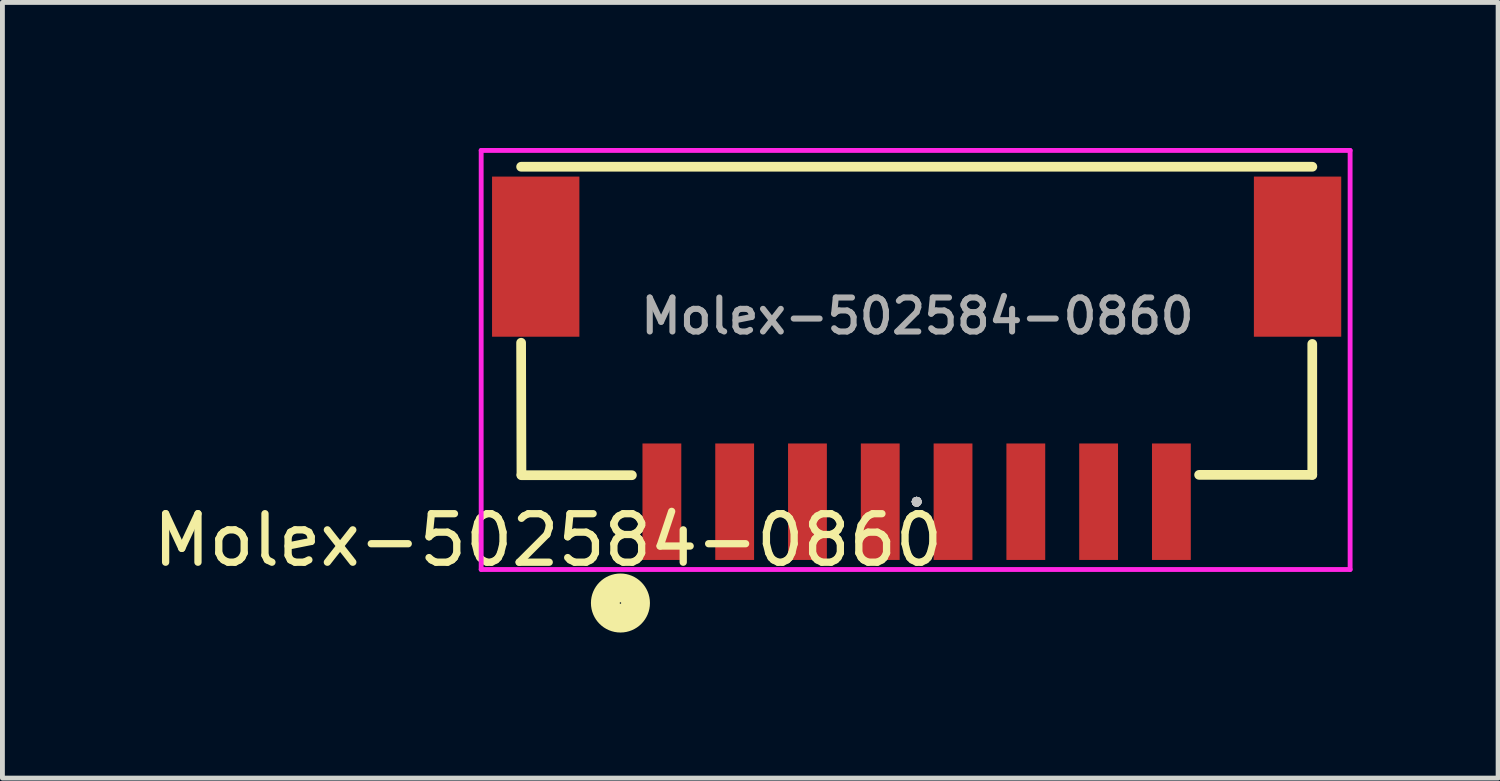
<source format=kicad_pcb>
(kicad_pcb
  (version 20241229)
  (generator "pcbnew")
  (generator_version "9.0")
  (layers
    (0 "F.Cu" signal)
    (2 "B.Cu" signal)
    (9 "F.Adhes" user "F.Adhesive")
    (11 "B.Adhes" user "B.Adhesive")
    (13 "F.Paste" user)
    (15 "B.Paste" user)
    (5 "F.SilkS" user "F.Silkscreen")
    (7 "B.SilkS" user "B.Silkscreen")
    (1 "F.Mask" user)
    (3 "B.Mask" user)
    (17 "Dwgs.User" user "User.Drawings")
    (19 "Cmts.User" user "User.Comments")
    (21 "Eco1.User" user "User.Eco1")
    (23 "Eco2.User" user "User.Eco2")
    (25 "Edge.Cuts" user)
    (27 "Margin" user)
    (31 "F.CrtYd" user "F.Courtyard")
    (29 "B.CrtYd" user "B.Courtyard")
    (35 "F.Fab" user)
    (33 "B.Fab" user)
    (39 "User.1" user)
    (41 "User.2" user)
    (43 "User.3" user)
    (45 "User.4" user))
  (footprint "Molex-502584-0860"
    (layer "F.Cu")
    (at 15.837 7.289)
    (property "Reference" "Molex-502584-0860" (at -7.593 0.792 180) (layer "F.SilkS") (effects (font (size 1 1) (thickness 0.15))))
    (attr through_hole)
    (fp_line (start -8.148 -6.903) (end 8.158 -6.903) (stroke (width 0.2) (type solid)) (layer "F.SilkS"))
    (fp_line (start -8.148 -3.276) (end -8.141 -0.556) (stroke (width 0.2) (type solid)) (layer "F.SilkS"))
    (fp_line (start -8.143 -0.546) (end -5.865 -0.546) (stroke (width 0.2) (type solid)) (layer "F.SilkS"))
    (fp_line (start 8.156 -3.251) (end 8.156 -0.553) (stroke (width 0.2) (type solid)) (layer "F.SilkS"))
    (fp_line (start 8.156 -0.553) (end 5.824 -0.553) (stroke (width 0.2) (type solid)) (layer "F.SilkS"))
    (fp_circle (center -6.101 2.088) (end -6.609 2.088) (stroke (width 0.2) (type solid)) (fill no) (layer "F.SilkS"))
    (fp_circle (center -6.101 2.088) (end -6.436 2.086) (stroke (width 0.2) (type solid)) (fill no) (layer "F.SilkS"))
    (fp_circle (center -6.101 2.088) (end -6.269 2.098) (stroke (width 0.2) (type solid)) (fill no) (layer "F.SilkS"))
    (fp_circle (center -6.101 2.088) (end -6.116 2.088) (stroke (width 0.2) (type solid)) (fill no) (layer "F.SilkS"))
    (fp_line (start 0.003 0.000288) (end 0.003 0.000288) (stroke (width 0.1) (type solid)) (layer "Dwgs.User"))
    (fp_line (start 0.003 0.000288) (end 0.003 0.000288) (stroke (width 0.1) (type solid)) (layer "Dwgs.User"))
    (fp_line (start 0.003 0.000288) (end 0.003 0.000288) (stroke (width 0.1) (type solid)) (layer "Dwgs.User"))
    (fp_line (start 0.003 0.000288) (end 0.003 0.000288) (stroke (width 0.1) (type solid)) (layer "Dwgs.User"))
    (fp_line (start 0.003 0.000288) (end 0.003 0.000288) (stroke (width 0.1) (type solid)) (layer "Dwgs.User"))
    (fp_line (start 0.003 0.000288) (end 0.003 0.000288) (stroke (width 0.1) (type solid)) (layer "Dwgs.User"))
    (fp_line (start 0.003 0.000288) (end 0.003 0.000288) (stroke (width 0.1) (type solid)) (layer "Dwgs.User"))
    (fp_line (start 0.003 0.000288) (end 0.003 0.000288) (stroke (width 0.1) (type solid)) (layer "Dwgs.User"))
    (fp_line (start 0.003 0.000288) (end 0.003 0.000288) (stroke (width 0.1) (type solid)) (layer "Dwgs.User"))
    (fp_line (start 0.003 0.000288) (end 0.003 0.000288) (stroke (width 0.1) (type solid)) (layer "Dwgs.User"))
    (fp_line (start 0.003 0.000288) (end 0.003 0.000288) (stroke (width 0.1) (type solid)) (layer "Dwgs.User"))
    (fp_line (start 0.003 0.000288) (end 0.003 0.000288) (stroke (width 0.1) (type solid)) (layer "Dwgs.User"))
    (fp_line (start 0.003 0.000288) (end 0.003 0.000288) (stroke (width 0.1) (type solid)) (layer "Dwgs.User"))
    (fp_line (start 0.003 0.000288) (end 0.003 0.000288) (stroke (width 0.1) (type solid)) (layer "Dwgs.User"))
    (fp_line (start 0.003 0.000288) (end 0.003 0.000288) (stroke (width 0.1) (type solid)) (layer "Dwgs.User"))
    (fp_line (start 0.003 0.000288) (end 0.003 0.000288) (stroke (width 0.1) (type solid)) (layer "Dwgs.User"))
    (fp_line (start 0.003 0.000288) (end 0.003 0.000288) (stroke (width 0.1) (type solid)) (layer "Dwgs.User"))
    (fp_line (start 0.003 0.000288) (end 0.003 0.000288) (stroke (width 0.1) (type solid)) (layer "Dwgs.User"))
    (fp_line (start 0.003 0.000288) (end 0.003 0.000288) (stroke (width 0.1) (type solid)) (layer "Dwgs.User"))
    (fp_line (start 0.003 0.000288) (end 0.003 0.000288) (stroke (width 0.1) (type solid)) (layer "Dwgs.User"))
    (fp_line (start 0.003 0.000288) (end 0.003 0.000288) (stroke (width 0.1) (type solid)) (layer "Dwgs.User"))
    (fp_line (start 0.003 0.000288) (end 0.003 0.000288) (stroke (width 0.1) (type solid)) (layer "Dwgs.User"))
    (fp_line (start 0.003 0.000288) (end 0.003 0.000288) (stroke (width 0.1) (type solid)) (layer "Dwgs.User"))
    (fp_line (start 0.003 0.000288) (end 0.003 0.000288) (stroke (width 0.1) (type solid)) (layer "Dwgs.User"))
    (fp_line (start 0.003 0.000288) (end 0.003 0.000288) (stroke (width 0.1) (type solid)) (layer "Dwgs.User"))
    (fp_line (start 0.003 0.000288) (end 0.003 0.000288) (stroke (width 0.1) (type solid)) (layer "Dwgs.User"))
    (fp_line (start 0.003 0.000288) (end 0.003 0.000288) (stroke (width 0.1) (type solid)) (layer "Dwgs.User"))
    (fp_line (start 0.003 0.000288) (end 0.003 0.000288) (stroke (width 0.1) (type solid)) (layer "Dwgs.User"))
    (fp_line (start 0.003 0.000288) (end 0.003 0.000288) (stroke (width 0.1) (type solid)) (layer "Dwgs.User"))
    (fp_line (start 0.003 0.000288) (end 0.003 0.000288) (stroke (width 0.1) (type solid)) (layer "Dwgs.User"))
    (fp_line (start 0.003 0.000288) (end 0.003 0.000288) (stroke (width 0.1) (type solid)) (layer "Dwgs.User"))
    (fp_line (start 0.003 0.000288) (end 0.003 0.000288) (stroke (width 0.1) (type solid)) (layer "Dwgs.User"))
    (fp_line (start 0.003 0.000288) (end 0.003 0.000288) (stroke (width 0.1) (type solid)) (layer "Dwgs.User"))
    (fp_line (start 0.003 0.000288) (end 0.003 0.000288) (stroke (width 0.1) (type solid)) (layer "Dwgs.User"))
    (fp_line (start 0.003 0.000288) (end 0.003 0.000288) (stroke (width 0.1) (type solid)) (layer "Dwgs.User"))
    (fp_line (start 0.003 0.000288) (end 0.003 0.000288) (stroke (width 0.1) (type solid)) (layer "Dwgs.User"))
    (fp_line (start 0.003 0.000288) (end 0.003 0.000288) (stroke (width 0.1) (type solid)) (layer "Dwgs.User"))
    (fp_line (start 0.003 0.000288) (end 0.003 0.000288) (stroke (width 0.1) (type solid)) (layer "Dwgs.User"))
    (fp_line (start 0.003 0.000288) (end 0.003 0.000288) (stroke (width 0.1) (type solid)) (layer "Dwgs.User"))
    (fp_line (start 0.003 0.000288) (end 0.003 0.000288) (stroke (width 0.1) (type solid)) (layer "Dwgs.User"))
    (fp_line (start 0.003 0.000288) (end 0.003 0.000288) (stroke (width 0.1) (type solid)) (layer "Dwgs.User"))
    (fp_line (start 0.003 0.000288) (end 0.003 0.000288) (stroke (width 0.1) (type solid)) (layer "Dwgs.User"))
    (fp_line (start 0.003 0.000288) (end 0.003 0.000288) (stroke (width 0.1) (type solid)) (layer "Dwgs.User"))
    (fp_line (start 0.003 0.000288) (end 0.003 0.000288) (stroke (width 0.1) (type solid)) (layer "Dwgs.User"))
    (fp_line (start 0.003 0.000288) (end 0.003 0.000288) (stroke (width 0.1) (type solid)) (layer "Dwgs.User"))
    (fp_line (start 0.003 0.000288) (end 0.003 0.000288) (stroke (width 0.1) (type solid)) (layer "Dwgs.User"))
    (fp_line (start 0.003 0.000288) (end 0.003 0.000288) (stroke (width 0.1) (type solid)) (layer "Dwgs.User"))
    (fp_line (start 0.003 0.000288) (end 0.003 0.000288) (stroke (width 0.1) (type solid)) (layer "Dwgs.User"))
    (fp_line (start 0.003 0.000288) (end 0.003 0.000288) (stroke (width 0.1) (type solid)) (layer "Dwgs.User"))
    (fp_line (start 0.003 0.000288) (end 0.003 0.000288) (stroke (width 0.1) (type solid)) (layer "Dwgs.User"))
    (fp_line (start 0.003 0.000288) (end 0.003 0.000288) (stroke (width 0.1) (type solid)) (layer "Dwgs.User"))
    (fp_line (start 0.003 0.000288) (end 0.003 0.000288) (stroke (width 0.1) (type solid)) (layer "Dwgs.User"))
    (fp_line (start 0.003 0.000288) (end 0.003 0.000288) (stroke (width 0.1) (type solid)) (layer "Dwgs.User"))
    (fp_line (start 0.003 0.000288) (end 0.003 0.000288) (stroke (width 0.1) (type solid)) (layer "Dwgs.User"))
    (fp_line (start 0.003 0.000288) (end 0.003 0.000288) (stroke (width 0.1) (type solid)) (layer "Dwgs.User"))
    (fp_line (start 0.003 0.000288) (end 0.003 0.000288) (stroke (width 0.1) (type solid)) (layer "Dwgs.User"))
    (fp_line (start 0.003 0.000288) (end 0.003 0.000288) (stroke (width 0.1) (type solid)) (layer "Dwgs.User"))
    (fp_line (start 0.003 0.000288) (end 0.003 0.000288) (stroke (width 0.1) (type solid)) (layer "Dwgs.User"))
    (fp_line (start 0.003 0.000288) (end 0.003 0.000288) (stroke (width 0.1) (type solid)) (layer "Dwgs.User"))
    (fp_line (start 0.003 0.000288) (end 0.003 0.000288) (stroke (width 0.1) (type solid)) (layer "Dwgs.User"))
    (fp_line (start 0.003 0.000288) (end 0.003 0.000288) (stroke (width 0.1) (type solid)) (layer "Dwgs.User"))
    (fp_line (start 0.003 0.000288) (end 0.003 0.000288) (stroke (width 0.1) (type solid)) (layer "Dwgs.User"))
    (fp_line (start 0.003 0.000288) (end 0.003 0.000288) (stroke (width 0.1) (type solid)) (layer "Dwgs.User"))
    (fp_line (start 0.003 0.000288) (end 0.003 0.000288) (stroke (width 0.1) (type solid)) (layer "Dwgs.User"))
    (fp_line (start 0.003 0.000288) (end 0.003 0.000288) (stroke (width 0.1) (type solid)) (layer "Dwgs.User"))
    (fp_line (start 0.003 0.000288) (end 0.003 0.000288) (stroke (width 0.1) (type solid)) (layer "Dwgs.User"))
    (fp_line (start 0.003 0.000288) (end 0.003 0.000288) (stroke (width 0.1) (type solid)) (layer "Dwgs.User"))
    (fp_line (start 0.003 0.000288) (end 0.003 0.000288) (stroke (width 0.1) (type solid)) (layer "Dwgs.User"))
    (fp_line (start 0.003 0.000288) (end 0.003 0.000288) (stroke (width 0.1) (type solid)) (layer "Dwgs.User"))
    (fp_line (start 0.003 0.000288) (end 0.003 0.000288) (stroke (width 0.1) (type solid)) (layer "Dwgs.User"))
    (fp_line (start 0.003 0.000288) (end 0.003 0.000288) (stroke (width 0.1) (type solid)) (layer "Dwgs.User"))
    (fp_line (start 0.003 0.000288) (end 0.003 0.000288) (stroke (width 0.1) (type solid)) (layer "Dwgs.User"))
    (fp_line (start 0.003 0.000288) (end 0.003 0.000288) (stroke (width 0.1) (type solid)) (layer "Dwgs.User"))
    (fp_line (start 0.003 0.000288) (end 0.003 0.000288) (stroke (width 0.1) (type solid)) (layer "Dwgs.User"))
    (fp_line (start 0.003 0.000288) (end 0.003 0.000288) (stroke (width 0.1) (type solid)) (layer "Dwgs.User"))
    (fp_line (start 0.003 0.000288) (end 0.003 0.000288) (stroke (width 0.1) (type solid)) (layer "Dwgs.User"))
    (fp_line (start 0.003 0.000288) (end 0.003 0.000288) (stroke (width 0.1) (type solid)) (layer "Dwgs.User"))
    (fp_line (start 0.003 0.000288) (end 0.003 0.000288) (stroke (width 0.1) (type solid)) (layer "Dwgs.User"))
    (fp_line (start 0.003 0.000288) (end 0.003 0.000288) (stroke (width 0.1) (type solid)) (layer "Dwgs.User"))
    (fp_line (start 0.003 0.000288) (end 0.003 0.000288) (stroke (width 0.1) (type solid)) (layer "Dwgs.User"))
    (fp_line (start 0.003 0.000288) (end 0.003 0.000288) (stroke (width 0.1) (type solid)) (layer "Dwgs.User"))
    (fp_line (start 0.003 0.000288) (end 0.003 0.000288) (stroke (width 0.1) (type solid)) (layer "Dwgs.User"))
    (fp_line (start 0.003 0.000288) (end 0.003 0.000288) (stroke (width 0.1) (type solid)) (layer "Dwgs.User"))
    (fp_line (start 0.003 0.000288) (end 0.003 0.000288) (stroke (width 0.1) (type solid)) (layer "Dwgs.User"))
    (fp_line (start 0.003 0.000288) (end 0.003 0.000288) (stroke (width 0.1) (type solid)) (layer "Dwgs.User"))
    (fp_line (start 0.003 0.000288) (end 0.003 0.000288) (stroke (width 0.1) (type solid)) (layer "Dwgs.User"))
    (fp_line (start 0.003 0.000288) (end 0.003 0.000288) (stroke (width 0.1) (type solid)) (layer "Dwgs.User"))
    (fp_line (start 0.003 0.000288) (end 0.003 0.000288) (stroke (width 0.1) (type solid)) (layer "Dwgs.User"))
    (fp_line (start 0.003 0.000288) (end 0.003 0.000288) (stroke (width 0.1) (type solid)) (layer "Dwgs.User"))
    (fp_line (start 0.003 0.000288) (end 0.003 0.000288) (stroke (width 0.1) (type solid)) (layer "Dwgs.User"))
    (fp_line (start 0.003 0.000288) (end 0.003 0.000288) (stroke (width 0.1) (type solid)) (layer "Dwgs.User"))
    (fp_line (start 0.003 0.000288) (end 0.003 0.000288) (stroke (width 0.1) (type solid)) (layer "Dwgs.User"))
    (fp_line (start 0.003 0.000288) (end 0.003 0.000288) (stroke (width 0.1) (type solid)) (layer "Dwgs.User"))
    (fp_line (start 0.003 0.000288) (end 0.003 0.000288) (stroke (width 0.1) (type solid)) (layer "Dwgs.User"))
    (fp_line (start 0.003 0.000288) (end 0.003 0.000288) (stroke (width 0.1) (type solid)) (layer "Dwgs.User"))
    (fp_line (start 0.003 0.000288) (end 0.003 0.000288) (stroke (width 0.1) (type solid)) (layer "Dwgs.User"))
    (fp_line (start 0.003 0.000288) (end 0.003 0.000288) (stroke (width 0.1) (type solid)) (layer "Dwgs.User"))
    (fp_line (start 0.003 0.000288) (end 0.003 0.000288) (stroke (width 0.1) (type solid)) (layer "Dwgs.User"))
    (fp_line (start 0.003 0.000288) (end 0.003 0.000288) (stroke (width 0.1) (type solid)) (layer "Dwgs.User"))
    (fp_line (start 0.003 0.000288) (end 0.003 0.000288) (stroke (width 0.1) (type solid)) (layer "Dwgs.User"))
    (fp_line (start 0.003 0.000288) (end 0.003 0.000288) (stroke (width 0.1) (type solid)) (layer "Dwgs.User"))
    (fp_line (start 0.003 0.000288) (end 0.003 0.000288) (stroke (width 0.1) (type solid)) (layer "Dwgs.User"))
    (fp_line (start 0.003 0.000288) (end 0.003 0.000288) (stroke (width 0.1) (type solid)) (layer "Dwgs.User"))
    (fp_line (start 0.003 0.000288) (end 0.003 0.000288) (stroke (width 0.1) (type solid)) (layer "Dwgs.User"))
    (fp_line (start 0.003 0.000288) (end 0.003 0.000288) (stroke (width 0.1) (type solid)) (layer "Dwgs.User"))
    (fp_line (start 0.003 0.000288) (end 0.003 0.000288) (stroke (width 0.1) (type solid)) (layer "Dwgs.User"))
    (fp_line (start 0.003 0.000288) (end 0.003 0.000288) (stroke (width 0.1) (type solid)) (layer "Dwgs.User"))
    (fp_line (start 0.003 0.000288) (end 0.003 0.000288) (stroke (width 0.1) (type solid)) (layer "Dwgs.User"))
    (fp_line (start 0.003 0.000288) (end 0.003 0.000288) (stroke (width 0.1) (type solid)) (layer "Dwgs.User"))
    (fp_line (start 0.003 0.000288) (end 0.003 0.000288) (stroke (width 0.1) (type solid)) (layer "Dwgs.User"))
    (fp_line (start 0.003 0.000288) (end 0.003 0.000288) (stroke (width 0.1) (type solid)) (layer "Dwgs.User"))
    (fp_line (start 0.003 0.000288) (end 0.003 0.000288) (stroke (width 0.1) (type solid)) (layer "Dwgs.User"))
    (fp_line (start 0.003 0.000288) (end 0.003 0.000288) (stroke (width 0.1) (type solid)) (layer "Dwgs.User"))
    (fp_line (start 0.003 0.000288) (end 0.003 0.000288) (stroke (width 0.1) (type solid)) (layer "Dwgs.User"))
    (fp_line (start 0.003 0.000288) (end 0.003 0.000288) (stroke (width 0.1) (type solid)) (layer "Dwgs.User"))
    (fp_line (start 0.003 0.000288) (end 0.003 0.000288) (stroke (width 0.1) (type solid)) (layer "Dwgs.User"))
    (fp_line (start 0.003 0.000288) (end 0.003 0.000288) (stroke (width 0.1) (type solid)) (layer "Dwgs.User"))
    (fp_line (start 0.003 0.000288) (end 0.003 0.000288) (stroke (width 0.1) (type solid)) (layer "Dwgs.User"))
    (fp_line (start 0.003 0.000288) (end 0.003 0.000288) (stroke (width 0.1) (type solid)) (layer "Dwgs.User"))
    (fp_line (start 0.003 0.000288) (end 0.003 0.000288) (stroke (width 0.1) (type solid)) (layer "Dwgs.User"))
    (fp_line (start 0.003 0.000288) (end 0.003 0.000288) (stroke (width 0.1) (type solid)) (layer "Dwgs.User"))
    (fp_line (start 0.003 0.000288) (end 0.003 0.000288) (stroke (width 0.1) (type solid)) (layer "Dwgs.User"))
    (fp_line (start 0.003 0.000288) (end 0.003 0.000288) (stroke (width 0.1) (type solid)) (layer "Dwgs.User"))
    (fp_line (start 0.003 0.000288) (end 0.003 0.000288) (stroke (width 0.1) (type solid)) (layer "Dwgs.User"))
    (fp_line (start 0.003 0.000288) (end 0.003 0.000288) (stroke (width 0.1) (type solid)) (layer "Dwgs.User"))
    (fp_line (start 0.003 0.000288) (end 0.003 0.000288) (stroke (width 0.1) (type solid)) (layer "Dwgs.User"))
    (fp_line (start 0.003 0.000288) (end 0.003 0.000288) (stroke (width 0.1) (type solid)) (layer "Dwgs.User"))
    (fp_line (start 0.003 0.000288) (end 0.003 0.000288) (stroke (width 0.1) (type solid)) (layer "Dwgs.User"))
    (fp_line (start 0.003 0.000288) (end 0.003 0.000288) (stroke (width 0.1) (type solid)) (layer "Dwgs.User"))
    (fp_line (start 0.003 0.000288) (end 0.003 0.000288) (stroke (width 0.1) (type solid)) (layer "Dwgs.User"))
    (fp_line (start 0.003 0.000288) (end 0.003 0.000288) (stroke (width 0.1) (type solid)) (layer "Dwgs.User"))
    (fp_line (start 0.003 0.000288) (end 0.003 0.000288) (stroke (width 0.1) (type solid)) (layer "Dwgs.User"))
    (fp_line (start 0.003 0.000288) (end 0.003 0.000288) (stroke (width 0.1) (type solid)) (layer "Dwgs.User"))
    (fp_line (start 0.003 0.000288) (end 0.003 0.000288) (stroke (width 0.1) (type solid)) (layer "Dwgs.User"))
    (fp_line (start 0.003 0.000288) (end 0.003 0.000288) (stroke (width 0.1) (type solid)) (layer "Dwgs.User"))
    (fp_line (start 0.003 0.000288) (end 0.003 0.000288) (stroke (width 0.1) (type solid)) (layer "Dwgs.User"))
    (fp_line (start 0.003 0.000288) (end 0.003 0.000288) (stroke (width 0.1) (type solid)) (layer "Dwgs.User"))
    (fp_line (start 0.003 0.000288) (end 0.003 0.000288) (stroke (width 0.1) (type solid)) (layer "Dwgs.User"))
    (fp_line (start 0.003 0.000288) (end 0.003 0.000288) (stroke (width 0.1) (type solid)) (layer "Dwgs.User"))
    (fp_line (start 0.003 0.000288) (end 0.003 0.000288) (stroke (width 0.1) (type solid)) (layer "Dwgs.User"))
    (fp_line (start 0.003 0.000288) (end 0.003 0.000288) (stroke (width 0.1) (type solid)) (layer "Dwgs.User"))
    (fp_line (start 0.003 0.000288) (end 0.003 0.000288) (stroke (width 0.1) (type solid)) (layer "Dwgs.User"))
    (fp_line (start 0.003 0.000288) (end 0.003 0.000288) (stroke (width 0.1) (type solid)) (layer "Dwgs.User"))
    (fp_line (start 0.003 0.000288) (end 0.003 0.000288) (stroke (width 0.1) (type solid)) (layer "Dwgs.User"))
    (fp_line (start 0.003 0.000288) (end 0.003 0.000288) (stroke (width 0.1) (type solid)) (layer "Dwgs.User"))
    (fp_line (start 0.003 0.000288) (end 0.003 0.000288) (stroke (width 0.1) (type solid)) (layer "Dwgs.User"))
    (fp_line (start 0.003 0.000288) (end 0.003 0.000288) (stroke (width 0.1) (type solid)) (layer "Dwgs.User"))
    (fp_line (start 0.003 0.000288) (end 0.003 0.000288) (stroke (width 0.1) (type solid)) (layer "Dwgs.User"))
    (fp_line (start 0.003 0.000288) (end 0.003 0.000288) (stroke (width 0.1) (type solid)) (layer "Dwgs.User"))
    (fp_line (start 0.003 0.000288) (end 0.003 0.000288) (stroke (width 0.1) (type solid)) (layer "Dwgs.User"))
    (fp_line (start 0.003 0.000288) (end 0.003 0.000288) (stroke (width 0.1) (type solid)) (layer "Dwgs.User"))
    (fp_line (start 0.003 0.000288) (end 0.003 0.000288) (stroke (width 0.1) (type solid)) (layer "Dwgs.User"))
    (fp_line (start 0.003 0.000288) (end 0.003 0.000288) (stroke (width 0.1) (type solid)) (layer "Dwgs.User"))
    (fp_line (start 0.003 0.000288) (end 0.003 0.000288) (stroke (width 0.1) (type solid)) (layer "Dwgs.User"))
    (fp_line (start 0.003 0.000288) (end 0.003 0.000288) (stroke (width 0.1) (type solid)) (layer "Dwgs.User"))
    (fp_line (start 0.003 0.000288) (end 0.003 0.000288) (stroke (width 0.1) (type solid)) (layer "Dwgs.User"))
    (fp_line (start 0.003 0.000288) (end 0.003 0.000288) (stroke (width 0.1) (type solid)) (layer "Dwgs.User"))
    (fp_line (start 0.003 0.000288) (end 0.003 0.000288) (stroke (width 0.1) (type solid)) (layer "Dwgs.User"))
    (fp_line (start 0.003 0.000288) (end 0.003 0.000288) (stroke (width 0.1) (type solid)) (layer "Dwgs.User"))
    (fp_line (start 0.003 0.000288) (end 0.003 0.000288) (stroke (width 0.1) (type solid)) (layer "Dwgs.User"))
    (fp_line (start 0.003 0.000288) (end 0.003 0.000288) (stroke (width 0.1) (type solid)) (layer "Dwgs.User"))
    (fp_line (start 0.003 0.000288) (end 0.003 0.000288) (stroke (width 0.1) (type solid)) (layer "Dwgs.User"))
    (fp_line (start 0.003 0.000288) (end 0.003 0.000288) (stroke (width 0.1) (type solid)) (layer "Dwgs.User"))
    (fp_line (start 0.003 0.000288) (end 0.003 0.000288) (stroke (width 0.1) (type solid)) (layer "Dwgs.User"))
    (fp_line (start 0.003 0.000288) (end 0.003 0.000288) (stroke (width 0.1) (type solid)) (layer "Dwgs.User"))
    (fp_line (start 0.003 0.000288) (end 0.003 0.000288) (stroke (width 0.1) (type solid)) (layer "Dwgs.User"))
    (fp_line (start 0.003 0.000288) (end 0.003 0.000288) (stroke (width 0.1) (type solid)) (layer "Dwgs.User"))
    (fp_line (start 0.003 0.000288) (end 0.003 0.000288) (stroke (width 0.1) (type solid)) (layer "Dwgs.User"))
    (fp_line (start 0.003 0.000288) (end 0.003 0.000288) (stroke (width 0.1) (type solid)) (layer "Dwgs.User"))
    (fp_line (start 0.003 0.000288) (end 0.003 0.000288) (stroke (width 0.1) (type solid)) (layer "Dwgs.User"))
    (fp_line (start 0.003 0.000288) (end 0.003 0.000288) (stroke (width 0.1) (type solid)) (layer "Dwgs.User"))
    (fp_line (start 0.003 0.000288) (end 0.003 0.000288) (stroke (width 0.1) (type solid)) (layer "Dwgs.User"))
    (fp_line (start 0.003 0.000288) (end 0.003 0.000288) (stroke (width 0.1) (type solid)) (layer "Dwgs.User"))
    (fp_line (start 0.003 0.000288) (end 0.003 0.000288) (stroke (width 0.1) (type solid)) (layer "Dwgs.User"))
    (fp_line (start 0.003 0.000288) (end 0.003 0.000288) (stroke (width 0.1) (type solid)) (layer "Dwgs.User"))
    (fp_line (start 0.003 0.000288) (end 0.003 0.000288) (stroke (width 0.1) (type solid)) (layer "Dwgs.User"))
    (fp_line (start 0.003 0.000288) (end 0.003 0.000288) (stroke (width 0.1) (type solid)) (layer "Dwgs.User"))
    (fp_line (start 0.003 0.000288) (end 0.003 0.000288) (stroke (width 0.1) (type solid)) (layer "Dwgs.User"))
    (fp_line (start 0.003 0.000288) (end 0.003 0.000288) (stroke (width 0.1) (type solid)) (layer "Dwgs.User"))
    (fp_line (start 0.003 0.000288) (end 0.003 0.000288) (stroke (width 0.1) (type solid)) (layer "Dwgs.User"))
    (fp_line (start 0.003 0.000288) (end 0.003 0.000288) (stroke (width 0.1) (type solid)) (layer "Dwgs.User"))
    (fp_line (start 0.003 0.000288) (end 0.003 0.000288) (stroke (width 0.1) (type solid)) (layer "Dwgs.User"))
    (fp_line (start 0.003 0.000288) (end 0.003 0.000288) (stroke (width 0.1) (type solid)) (layer "Dwgs.User"))
    (fp_line (start 0.003 0.000288) (end 0.003 0.000288) (stroke (width 0.1) (type solid)) (layer "Dwgs.User"))
    (fp_line (start 0.003 0.000288) (end 0.003 0.000288) (stroke (width 0.1) (type solid)) (layer "Dwgs.User"))
    (fp_line (start 0.003 0.000288) (end 0.003 0.000288) (stroke (width 0.1) (type solid)) (layer "Dwgs.User"))
    (fp_line (start 0.003 0.000288) (end 0.003 0.000288) (stroke (width 0.1) (type solid)) (layer "Dwgs.User"))
    (fp_line (start 0.003 0.000288) (end 0.003 0.000288) (stroke (width 0.1) (type solid)) (layer "Dwgs.User"))
    (fp_line (start 0.003 0.000288) (end 0.003 0.000288) (stroke (width 0.1) (type solid)) (layer "Dwgs.User"))
    (fp_line (start 0.003 0.000288) (end 0.003 0.000288) (stroke (width 0.1) (type solid)) (layer "Dwgs.User"))
    (fp_line (start 0.003 0.000288) (end 0.003 0.000288) (stroke (width 0.1) (type solid)) (layer "Dwgs.User"))
    (fp_line (start 0.003 0.000288) (end 0.003 0.000288) (stroke (width 0.1) (type solid)) (layer "Dwgs.User"))
    (fp_line (start 0.003 0.000288) (end 0.003 0.000288) (stroke (width 0.1) (type solid)) (layer "Dwgs.User"))
    (fp_line (start 0.003 0.000288) (end 0.003 0.000288) (stroke (width 0.1) (type solid)) (layer "Dwgs.User"))
    (fp_line (start 0.003 0.000288) (end 0.003 0.000288) (stroke (width 0.1) (type solid)) (layer "Dwgs.User"))
    (fp_line (start 0.003 0.000288) (end 0.003 0.000288) (stroke (width 0.1) (type solid)) (layer "Dwgs.User"))
    (fp_line (start 0.003 0.000288) (end 0.003 0.000288) (stroke (width 0.1) (type solid)) (layer "Dwgs.User"))
    (fp_line (start 0.003 0.000288) (end 0.003 0.000288) (stroke (width 0.1) (type solid)) (layer "Dwgs.User"))
    (fp_line (start 0.003 0.000288) (end 0.003 0.000288) (stroke (width 0.1) (type solid)) (layer "Dwgs.User"))
    (fp_line (start 0.003 0.000288) (end 0.003 0.000288) (stroke (width 0.1) (type solid)) (layer "Dwgs.User"))
    (fp_line (start 0.003 0.000288) (end 0.003 0.000288) (stroke (width 0.1) (type solid)) (layer "Dwgs.User"))
    (fp_line (start 0.003 0.000288) (end 0.003 0.000288) (stroke (width 0.1) (type solid)) (layer "Dwgs.User"))
    (fp_line (start 0.003 0.000288) (end 0.003 0.000288) (stroke (width 0.1) (type solid)) (layer "Dwgs.User"))
    (fp_line (start 0.003 0.000288) (end 0.003 0.000288) (stroke (width 0.1) (type solid)) (layer "Dwgs.User"))
    (fp_line (start 0.003 0.000288) (end 0.003 0.000288) (stroke (width 0.1) (type solid)) (layer "Dwgs.User"))
    (fp_line (start 0.003 0.000288) (end 0.003 0.000288) (stroke (width 0.1) (type solid)) (layer "Dwgs.User"))
    (fp_line (start 0.003 0.000288) (end 0.003 0.000288) (stroke (width 0.1) (type solid)) (layer "Dwgs.User"))
    (fp_line (start 0.003 0.000288) (end 0.003 0.000288) (stroke (width 0.1) (type solid)) (layer "Dwgs.User"))
    (fp_line (start 0.003 0.000288) (end 0.003 0.000288) (stroke (width 0.1) (type solid)) (layer "Dwgs.User"))
    (fp_line (start 0.003 0.000288) (end 0.003 0.000288) (stroke (width 0.1) (type solid)) (layer "Dwgs.User"))
    (fp_line (start 0.003 0.000288) (end 0.003 0.000288) (stroke (width 0.1) (type solid)) (layer "Dwgs.User"))
    (fp_line (start 0.003 0.000288) (end 0.003 0.000288) (stroke (width 0.1) (type solid)) (layer "Dwgs.User"))
    (fp_line (start 0.003 0.000288) (end 0.003 0.000288) (stroke (width 0.1) (type solid)) (layer "Dwgs.User"))
    (fp_line (start 0.003 0.000288) (end 0.003 0.000288) (stroke (width 0.1) (type solid)) (layer "Dwgs.User"))
    (fp_line (start 0.003 0.000288) (end 0.003 0.000288) (stroke (width 0.1) (type solid)) (layer "Dwgs.User"))
    (fp_line (start 0.003 0.000288) (end 0.003 0.000288) (stroke (width 0.1) (type solid)) (layer "Dwgs.User"))
    (fp_line (start 0.003 0.000288) (end 0.003 0.000288) (stroke (width 0.1) (type solid)) (layer "Dwgs.User"))
    (fp_line (start 0.003 0.000288) (end 0.003 0.000288) (stroke (width 0.1) (type solid)) (layer "Dwgs.User"))
    (fp_line (start 0.003 0.000288) (end 0.003 0.000288) (stroke (width 0.1) (type solid)) (layer "Dwgs.User"))
    (fp_line (start 0.003 0.000288) (end 0.003 0.000288) (stroke (width 0.1) (type solid)) (layer "Dwgs.User"))
    (fp_line (start 0.003 0.000288) (end 0.003 0.000288) (stroke (width 0.1) (type solid)) (layer "Dwgs.User"))
    (fp_line (start 0.003 0.000288) (end 0.003 0.000288) (stroke (width 0.1) (type solid)) (layer "Dwgs.User"))
    (fp_line (start 0.003 0.000288) (end 0.003 0.000288) (stroke (width 0.1) (type solid)) (layer "Dwgs.User"))
    (fp_line (start 0.003 0.000288) (end 0.003 0.000288) (stroke (width 0.1) (type solid)) (layer "Dwgs.User"))
    (fp_line (start 0.003 0.000288) (end 0.003 0.000288) (stroke (width 0.1) (type solid)) (layer "Dwgs.User"))
    (fp_line (start 0.003 0.000288) (end 0.003 0.000288) (stroke (width 0.1) (type solid)) (layer "Dwgs.User"))
    (fp_line (start 0.003 0.000288) (end 0.003 0.000288) (stroke (width 0.1) (type solid)) (layer "Dwgs.User"))
    (fp_line (start 0.003 0.000288) (end 0.003 0.000288) (stroke (width 0.1) (type solid)) (layer "Dwgs.User"))
    (fp_line (start 0.003 0.000288) (end 0.003 0.000288) (stroke (width 0.1) (type solid)) (layer "Dwgs.User"))
    (fp_line (start 0.003 0.000288) (end 0.003 0.000288) (stroke (width 0.1) (type solid)) (layer "Dwgs.User"))
    (fp_line (start 0.003 0.000288) (end 0.003 0.000288) (stroke (width 0.1) (type solid)) (layer "Dwgs.User"))
    (fp_line (start 0.003 0.000288) (end 0.003 0.000288) (stroke (width 0.1) (type solid)) (layer "Dwgs.User"))
    (fp_line (start 0.003 0.000288) (end 0.003 0.000288) (stroke (width 0.1) (type solid)) (layer "Dwgs.User"))
    (fp_line (start 0.003 0.000288) (end 0.003 0.000288) (stroke (width 0.1) (type solid)) (layer "Dwgs.User"))
    (fp_line (start 0.003 0.000288) (end 0.003 0.000288) (stroke (width 0.1) (type solid)) (layer "Dwgs.User"))
    (fp_line (start 0.003 0.000288) (end 0.003 0.000288) (stroke (width 0.1) (type solid)) (layer "Dwgs.User"))
    (fp_line (start 0.003 0.000288) (end 0.003 0.000288) (stroke (width 0.1) (type solid)) (layer "Dwgs.User"))
    (fp_line (start 0.003 0.000288) (end 0.003 0.000288) (stroke (width 0.1) (type solid)) (layer "Dwgs.User"))
    (fp_line (start 0.003 0.000288) (end 0.003 0.000288) (stroke (width 0.1) (type solid)) (layer "Dwgs.User"))
    (fp_line (start 0.003 0.000288) (end 0.003 0.000288) (stroke (width 0.1) (type solid)) (layer "Dwgs.User"))
    (fp_line (start 0.003 0.000288) (end 0.003 0.000288) (stroke (width 0.1) (type solid)) (layer "Dwgs.User"))
    (fp_line (start 0.003 0.000288) (end 0.003 0.000288) (stroke (width 0.1) (type solid)) (layer "Dwgs.User"))
    (fp_line (start 0.003 0.000288) (end 0.003 0.000288) (stroke (width 0.1) (type solid)) (layer "Dwgs.User"))
    (fp_line (start 0.003 0.000288) (end 0.003 0.000288) (stroke (width 0.1) (type solid)) (layer "Dwgs.User"))
    (fp_line (start 0.003 0.000288) (end 0.003 0.000288) (stroke (width 0.1) (type solid)) (layer "Dwgs.User"))
    (fp_line (start 0.003 0.000288) (end 0.003 0.000288) (stroke (width 0.1) (type solid)) (layer "Dwgs.User"))
    (fp_line (start 0.003 0.000288) (end 0.003 0.000288) (stroke (width 0.1) (type solid)) (layer "Dwgs.User"))
    (fp_line (start 0.003 0.000288) (end 0.003 0.000288) (stroke (width 0.1) (type solid)) (layer "Dwgs.User"))
    (fp_line (start 0.003 0.000288) (end 0.003 0.000288) (stroke (width 0.1) (type solid)) (layer "Dwgs.User"))
    (fp_line (start 0.003 0.000288) (end 0.003 0.000288) (stroke (width 0.1) (type solid)) (layer "Dwgs.User"))
    (fp_line (start 0.003 0.000288) (end 0.003 0.000288) (stroke (width 0.1) (type solid)) (layer "Dwgs.User"))
    (fp_line (start 0.003 0.000288) (end 0.003 0.000288) (stroke (width 0.1) (type solid)) (layer "Dwgs.User"))
    (fp_line (start 0.003 0.000288) (end 0.003 0.000288) (stroke (width 0.1) (type solid)) (layer "Dwgs.User"))
    (fp_line (start 0.003 0.000288) (end 0.003 0.000288) (stroke (width 0.1) (type solid)) (layer "Dwgs.User"))
    (fp_line (start 0.003 0.000288) (end 0.003 0.000288) (stroke (width 0.1) (type solid)) (layer "Dwgs.User"))
    (fp_line (start 0.003 0.000288) (end 0.003 0.000288) (stroke (width 0.1) (type solid)) (layer "Dwgs.User"))
    (fp_line (start 0.003 0.000288) (end 0.003 0.000288) (stroke (width 0.1) (type solid)) (layer "Dwgs.User"))
    (fp_line (start 0.003 0.000288) (end 0.003 0.000288) (stroke (width 0.1) (type solid)) (layer "Dwgs.User"))
    (fp_line (start 0.003 0.000288) (end 0.003 0.000288) (stroke (width 0.1) (type solid)) (layer "Dwgs.User"))
    (fp_line (start 0.003 0.000288) (end 0.003 0.000288) (stroke (width 0.1) (type solid)) (layer "Dwgs.User"))
    (fp_line (start 0.003 0.000288) (end 0.003 0.000288) (stroke (width 0.1) (type solid)) (layer "Dwgs.User"))
    (fp_line (start 0.003 0.000288) (end 0.003 0.000288) (stroke (width 0.1) (type solid)) (layer "Dwgs.User"))
    (fp_line (start 0.003 0.000288) (end 0.003 0.000288) (stroke (width 0.1) (type solid)) (layer "Dwgs.User"))
    (fp_line (start 0.003 0.000288) (end 0.003 0.000288) (stroke (width 0.1) (type solid)) (layer "Dwgs.User"))
    (fp_line (start 0.003 0.000288) (end 0.003 0.000288) (stroke (width 0.1) (type solid)) (layer "Dwgs.User"))
    (fp_line (start 0.003 0.000288) (end 0.003 0.000288) (stroke (width 0.1) (type solid)) (layer "Dwgs.User"))
    (fp_line (start 0.003 0.000288) (end 0.003 0.000288) (stroke (width 0.1) (type solid)) (layer "Dwgs.User"))
    (fp_line (start 0.003 0.000288) (end 0.003 0.000288) (stroke (width 0.1) (type solid)) (layer "Dwgs.User"))
    (fp_line (start 0.003 0.000288) (end 0.003 0.000288) (stroke (width 0.1) (type solid)) (layer "Dwgs.User"))
    (fp_line (start 0.003 0.000288) (end 0.003 0.000288) (stroke (width 0.1) (type solid)) (layer "Dwgs.User"))
    (fp_line (start 0.003 0.000288) (end 0.003 0.000288) (stroke (width 0.1) (type solid)) (layer "Dwgs.User"))
    (fp_line (start 0.003 0.000288) (end 0.003 0.000288) (stroke (width 0.1) (type solid)) (layer "Dwgs.User"))
    (fp_line (start 0.003 0.000288) (end 0.003 0.000288) (stroke (width 0.1) (type solid)) (layer "Dwgs.User"))
    (fp_line (start 0.003 0.000288) (end 0.003 0.000288) (stroke (width 0.1) (type solid)) (layer "Dwgs.User"))
    (fp_line (start 0.003 0.000288) (end 0.003 0.000288) (stroke (width 0.1) (type solid)) (layer "Dwgs.User"))
    (fp_line (start 0.003 0.000288) (end 0.003 0.000288) (stroke (width 0.1) (type solid)) (layer "Dwgs.User"))
    (fp_line (start 0.003 0.000288) (end 0.003 0.000288) (stroke (width 0.1) (type solid)) (layer "Dwgs.User"))
    (fp_line (start 0.003 0.000288) (end 0.003 0.000288) (stroke (width 0.1) (type solid)) (layer "Dwgs.User"))
    (fp_line (start 0.003 0.000288) (end 0.003 0.000288) (stroke (width 0.1) (type solid)) (layer "Dwgs.User"))
    (fp_line (start 0.003 0.000288) (end 0.003 0.000288) (stroke (width 0.1) (type solid)) (layer "Dwgs.User"))
    (fp_line (start 0.003 0.000288) (end 0.003 0.000288) (stroke (width 0.1) (type solid)) (layer "Dwgs.User"))
    (fp_line (start 0.003 0.000288) (end 0.003 0.000288) (stroke (width 0.1) (type solid)) (layer "Dwgs.User"))
    (fp_line (start 0.003 0.000288) (end 0.003 0.000288) (stroke (width 0.1) (type solid)) (layer "Dwgs.User"))
    (fp_line (start 0.003 0.000288) (end 0.003 0.000288) (stroke (width 0.1) (type solid)) (layer "Dwgs.User"))
    (fp_line (start 0.003 0.000288) (end 0.003 0.000288) (stroke (width 0.1) (type solid)) (layer "Dwgs.User"))
    (fp_line (start 0.003 0.000288) (end 0.003 0.000288) (stroke (width 0.1) (type solid)) (layer "Dwgs.User"))
    (fp_line (start 0.003 0.000288) (end 0.003 0.000288) (stroke (width 0.1) (type solid)) (layer "Dwgs.User"))
    (fp_line (start 0.003 0.000288) (end 0.003 0.000288) (stroke (width 0.1) (type solid)) (layer "Dwgs.User"))
    (fp_line (start 0.003 0.000288) (end 0.003 0.000288) (stroke (width 0.1) (type solid)) (layer "Dwgs.User"))
    (fp_line (start 0.003 0.000288) (end 0.003 0.000288) (stroke (width 0.1) (type solid)) (layer "Dwgs.User"))
    (fp_line (start 0.003 0.000288) (end 0.003 0.000288) (stroke (width 0.1) (type solid)) (layer "Dwgs.User"))
    (fp_line (start 0.003 0.000288) (end 0.003 0.000288) (stroke (width 0.1) (type solid)) (layer "Dwgs.User"))
    (fp_line (start 0.003 0.000288) (end 0.003 0.000288) (stroke (width 0.1) (type solid)) (layer "Dwgs.User"))
    (fp_line (start 0.003 0.000288) (end 0.003 0.000288) (stroke (width 0.1) (type solid)) (layer "Dwgs.User"))
    (fp_line (start 0.003 0.000288) (end 0.003 0.000288) (stroke (width 0.1) (type solid)) (layer "Dwgs.User"))
    (fp_line (start 0.003 0.000288) (end 0.003 0.000288) (stroke (width 0.1) (type solid)) (layer "Dwgs.User"))
    (fp_line (start 0.003 0.000288) (end 0.003 0.000288) (stroke (width 0.1) (type solid)) (layer "Dwgs.User"))
    (fp_line (start 0.003 0.000288) (end 0.003 0.000288) (stroke (width 0.1) (type solid)) (layer "Dwgs.User"))
    (fp_line (start 0.003 0.000288) (end 0.003 0.000288) (stroke (width 0.1) (type solid)) (layer "Dwgs.User"))
    (fp_line (start 0.003 0.000288) (end 0.003 0.000288) (stroke (width 0.1) (type solid)) (layer "Dwgs.User"))
    (fp_line (start 0.003 0.000288) (end 0.003 0.000288) (stroke (width 0.1) (type solid)) (layer "Dwgs.User"))
    (fp_line (start 0.003 0.000288) (end 0.003 0.000288) (stroke (width 0.1) (type solid)) (layer "Dwgs.User"))
    (fp_line (start 0.003 0.000288) (end 0.003 0.000288) (stroke (width 0.1) (type solid)) (layer "Dwgs.User"))
    (fp_line (start 0.003 0.000288) (end 0.003 0.000288) (stroke (width 0.1) (type solid)) (layer "Dwgs.User"))
    (fp_line (start 0.003 0.000288) (end 0.003 0.000288) (stroke (width 0.1) (type solid)) (layer "Dwgs.User"))
    (fp_line (start 0.003 0.000288) (end 0.003 0.000288) (stroke (width 0.1) (type solid)) (layer "Dwgs.User"))
    (fp_line (start 0.003 0.000288) (end 0.003 0.000288) (stroke (width 0.1) (type solid)) (layer "Dwgs.User"))
    (fp_line (start 0.003 0.000288) (end 0.003 0.000288) (stroke (width 0.1) (type solid)) (layer "Dwgs.User"))
    (fp_line (start 0.003 0.000288) (end 0.003 0.000288) (stroke (width 0.1) (type solid)) (layer "Dwgs.User"))
    (fp_line (start 0.003 0.000288) (end 0.003 0.000288) (stroke (width 0.1) (type solid)) (layer "Dwgs.User"))
    (fp_line (start 0.003 0.000288) (end 0.003 0.000288) (stroke (width 0.1) (type solid)) (layer "Dwgs.User"))
    (fp_line (start 0.003 0.000288) (end 0.003 0.000288) (stroke (width 0.1) (type solid)) (layer "Dwgs.User"))
    (fp_line (start 0.003 0.000288) (end 0.003 0.000288) (stroke (width 0.1) (type solid)) (layer "Dwgs.User"))
    (fp_line (start 0.003 0.000288) (end 0.003 0.000288) (stroke (width 0.1) (type solid)) (layer "Dwgs.User"))
    (fp_line (start 0.003 0.000288) (end 0.003 0.000288) (stroke (width 0.1) (type solid)) (layer "Dwgs.User"))
    (fp_line (start 0.003 0.000288) (end 0.003 0.000288) (stroke (width 0.1) (type solid)) (layer "Dwgs.User"))
    (fp_line (start 0.003 0.000288) (end 0.003 0.000288) (stroke (width 0.1) (type solid)) (layer "Dwgs.User"))
    (fp_line (start 0.003 0.000288) (end 0.003 0.000288) (stroke (width 0.1) (type solid)) (layer "Dwgs.User"))
    (fp_line (start 0.003 0.000288) (end 0.003 0.000288) (stroke (width 0.1) (type solid)) (layer "Dwgs.User"))
    (fp_line (start 0.003 0.000288) (end 0.003 0.000288) (stroke (width 0.1) (type solid)) (layer "Dwgs.User"))
    (fp_line (start 0.003 0.000288) (end 0.003 0.000288) (stroke (width 0.1) (type solid)) (layer "Dwgs.User"))
    (fp_line (start 0.003 0.000288) (end 0.003 0.000288) (stroke (width 0.1) (type solid)) (layer "Dwgs.User"))
    (fp_line (start 0.003 0.000288) (end 0.003 0.000288) (stroke (width 0.1) (type solid)) (layer "Dwgs.User"))
    (fp_line (start 0.003 0.000288) (end 0.003 0.000288) (stroke (width 0.1) (type solid)) (layer "Dwgs.User"))
    (fp_line (start 0.003 0.000288) (end 0.003 0.000288) (stroke (width 0.1) (type solid)) (layer "Dwgs.User"))
    (fp_line (start 0.003 0.000288) (end 0.003 0.000288) (stroke (width 0.1) (type solid)) (layer "Dwgs.User"))
    (fp_line (start 0.003 0.000288) (end 0.003 0.000288) (stroke (width 0.1) (type solid)) (layer "Dwgs.User"))
    (fp_line (start 0.003 0.000288) (end 0.003 0.000288) (stroke (width 0.1) (type solid)) (layer "Dwgs.User"))
    (fp_line (start 0.003 0.000288) (end 0.003 0.000288) (stroke (width 0.1) (type solid)) (layer "Dwgs.User"))
    (fp_line (start 0.003 0.000288) (end 0.003 0.000288) (stroke (width 0.1) (type solid)) (layer "Dwgs.User"))
    (fp_line (start 0.003 0.000288) (end 0.003 0.000288) (stroke (width 0.1) (type solid)) (layer "Dwgs.User"))
    (fp_line (start 0.003 0.000288) (end 0.003 0.000288) (stroke (width 0.1) (type solid)) (layer "Dwgs.User"))
    (fp_line (start 0.003 0.000288) (end 0.003 0.000288) (stroke (width 0.1) (type solid)) (layer "Dwgs.User"))
    (fp_line (start 0.003 0.000288) (end 0.003 0.000288) (stroke (width 0.1) (type solid)) (layer "Dwgs.User"))
    (fp_line (start 0.003 0.000288) (end 0.003 0.000288) (stroke (width 0.1) (type solid)) (layer "Dwgs.User"))
    (fp_line (start 0.003 0.000288) (end 0.003 0.000288) (stroke (width 0.1) (type solid)) (layer "Dwgs.User"))
    (fp_line (start 0.003 0.000288) (end 0.003 0.000288) (stroke (width 0.1) (type solid)) (layer "Dwgs.User"))
    (fp_line (start 0.003 0.000288) (end 0.003 0.000288) (stroke (width 0.1) (type solid)) (layer "Dwgs.User"))
    (fp_line (start 0.003 0.000288) (end 0.003 0.000288) (stroke (width 0.1) (type solid)) (layer "Dwgs.User"))
    (fp_line (start 0.003 0.000288) (end 0.003 0.000288) (stroke (width 0.1) (type solid)) (layer "Dwgs.User"))
    (fp_line (start 0.003 0.000288) (end 0.003 0.000288) (stroke (width 0.1) (type solid)) (layer "Dwgs.User"))
    (fp_line (start 0.003 0.000288) (end 0.003 0.000288) (stroke (width 0.1) (type solid)) (layer "Dwgs.User"))
    (fp_line (start 0.003 0.000288) (end 0.003 0.000288) (stroke (width 0.1) (type solid)) (layer "Dwgs.User"))
    (fp_line (start 0.003 0.000288) (end 0.003 0.000288) (stroke (width 0.1) (type solid)) (layer "Dwgs.User"))
    (fp_line (start 0.003 0.000288) (end 0.003 0.000288) (stroke (width 0.1) (type solid)) (layer "Dwgs.User"))
    (fp_line (start 0.003 0.000288) (end 0.003 0.000288) (stroke (width 0.1) (type solid)) (layer "Dwgs.User"))
    (fp_line (start 0.003 0.000288) (end 0.003 0.000288) (stroke (width 0.1) (type solid)) (layer "Dwgs.User"))
    (fp_line (start 0.003 0.000288) (end 0.003 0.000288) (stroke (width 0.1) (type solid)) (layer "Dwgs.User"))
    (fp_line (start 0.003 0.000288) (end 0.003 0.000288) (stroke (width 0.1) (type solid)) (layer "Dwgs.User"))
    (fp_line (start 0.003 0.000288) (end 0.003 0.000288) (stroke (width 0.1) (type solid)) (layer "Dwgs.User"))
    (fp_line (start 0.003 0.000288) (end 0.003 0.000288) (stroke (width 0.1) (type solid)) (layer "Dwgs.User"))
    (fp_line (start 0.003 0.000288) (end 0.003 0.000288) (stroke (width 0.1) (type solid)) (layer "Dwgs.User"))
    (fp_line (start 0.003 0.000288) (end 0.003 0.000288) (stroke (width 0.1) (type solid)) (layer "Dwgs.User"))
    (fp_line (start 0.003 0.000288) (end 0.003 0.000288) (stroke (width 0.1) (type solid)) (layer "Dwgs.User"))
    (fp_line (start 0.003 0.000288) (end 0.003 0.000288) (stroke (width 0.1) (type solid)) (layer "Dwgs.User"))
    (fp_line (start 0.003 0.000288) (end 0.003 0.000288) (stroke (width 0.1) (type solid)) (layer "Dwgs.User"))
    (fp_line (start 0.003 0.000288) (end 0.003 0.000288) (stroke (width 0.1) (type solid)) (layer "Dwgs.User"))
    (fp_line (start 0.003 0.000288) (end 0.003 0.000288) (stroke (width 0.1) (type solid)) (layer "Dwgs.User"))
    (fp_line (start 0.003 0.000288) (end 0.003 0.000288) (stroke (width 0.1) (type solid)) (layer "Dwgs.User"))
    (fp_line (start 0.003 0.000288) (end 0.003 0.000288) (stroke (width 0.1) (type solid)) (layer "Dwgs.User"))
    (fp_line (start 0.003 0.000288) (end 0.003 0.000288) (stroke (width 0.1) (type solid)) (layer "Dwgs.User"))
    (fp_line (start 0.003 0.000288) (end 0.003 0.000288) (stroke (width 0.1) (type solid)) (layer "Dwgs.User"))
    (fp_line (start 0.003 0.000288) (end 0.003 0.000288) (stroke (width 0.1) (type solid)) (layer "Dwgs.User"))
    (fp_line (start 0.003 0.000288) (end 0.003 0.000288) (stroke (width 0.1) (type solid)) (layer "Dwgs.User"))
    (fp_line (start 0.003 0.000288) (end 0.003 0.000288) (stroke (width 0.1) (type solid)) (layer "Dwgs.User"))
    (fp_line (start 0.003 0.000288) (end 0.003 0.000288) (stroke (width 0.1) (type solid)) (layer "Dwgs.User"))
    (fp_line (start 0.003 0.000288) (end 0.003 0.000288) (stroke (width 0.1) (type solid)) (layer "Dwgs.User"))
    (fp_line (start 0.003 0.000288) (end 0.003 0.000288) (stroke (width 0.1) (type solid)) (layer "Dwgs.User"))
    (fp_line (start 0.003 0.000288) (end 0.003 0.000288) (stroke (width 0.1) (type solid)) (layer "Dwgs.User"))
    (fp_line (start 0.003 0.000288) (end 0.003 0.000288) (stroke (width 0.1) (type solid)) (layer "Dwgs.User"))
    (fp_line (start 0.003 0.000288) (end 0.003 0.000288) (stroke (width 0.1) (type solid)) (layer "Dwgs.User"))
    (fp_line (start 0.003 0.000288) (end 0.003 0.000288) (stroke (width 0.1) (type solid)) (layer "Dwgs.User"))
    (fp_line (start 0.003 0.000288) (end 0.003 0.000288) (stroke (width 0.1) (type solid)) (layer "Dwgs.User"))
    (fp_line (start 0.003 0.000288) (end 0.003 0.000288) (stroke (width 0.1) (type solid)) (layer "Dwgs.User"))
    (fp_line (start 0.003 0.000288) (end 0.003 0.000288) (stroke (width 0.1) (type solid)) (layer "Dwgs.User"))
    (fp_line (start 0.003 0.000288) (end 0.003 0.000288) (stroke (width 0.1) (type solid)) (layer "Dwgs.User"))
    (fp_line (start 0.003 0.000288) (end 0.003 0.000288) (stroke (width 0.1) (type solid)) (layer "Dwgs.User"))
    (fp_line (start 0.003 0.000288) (end 0.003 0.000288) (stroke (width 0.1) (type solid)) (layer "Dwgs.User"))
    (fp_line (start 0.003 0.000288) (end 0.003 0.000288) (stroke (width 0.1) (type solid)) (layer "Dwgs.User"))
    (fp_line (start 0.003 0.000288) (end 0.003 0.000288) (stroke (width 0.1) (type solid)) (layer "Dwgs.User"))
    (fp_line (start 0.003 0.000288) (end 0.003 0.000288) (stroke (width 0.1) (type solid)) (layer "Dwgs.User"))
    (fp_line (start 0.003 0.000288) (end 0.003 0.000288) (stroke (width 0.1) (type solid)) (layer "Dwgs.User"))
    (fp_line (start 0.003 0.000288) (end 0.003 0.000288) (stroke (width 0.1) (type solid)) (layer "Dwgs.User"))
    (fp_line (start 0.003 0.000288) (end 0.003 0.000288) (stroke (width 0.1) (type solid)) (layer "Dwgs.User"))
    (fp_line (start 0.003 0.000288) (end 0.003 0.000288) (stroke (width 0.1) (type solid)) (layer "Dwgs.User"))
    (fp_line (start 0.003 0.000288) (end 0.003 0.000288) (stroke (width 0.1) (type solid)) (layer "Dwgs.User"))
    (fp_line (start 0.003 0.000288) (end 0.003 0.000288) (stroke (width 0.1) (type solid)) (layer "Dwgs.User"))
    (fp_line (start 0.003 0.000288) (end 0.003 0.000288) (stroke (width 0.1) (type solid)) (layer "Dwgs.User"))
    (fp_line (start 0.003 0.000288) (end 0.003 0.000288) (stroke (width 0.1) (type solid)) (layer "Dwgs.User"))
    (fp_line (start 0.003 0.000288) (end 0.003 0.000288) (stroke (width 0.1) (type solid)) (layer "Dwgs.User"))
    (fp_line (start 0.003 0.000288) (end 0.003 0.000288) (stroke (width 0.1) (type solid)) (layer "Dwgs.User"))
    (fp_line (start 0.003 0.000288) (end 0.003 0.000288) (stroke (width 0.1) (type solid)) (layer "Dwgs.User"))
    (fp_line (start 0.003 0.000288) (end 0.003 0.000288) (stroke (width 0.1) (type solid)) (layer "Dwgs.User"))
    (fp_line (start 0.003 0.000288) (end 0.003 0.000288) (stroke (width 0.1) (type solid)) (layer "Dwgs.User"))
    (fp_line (start 0.003 0.000288) (end 0.003 0.000288) (stroke (width 0.1) (type solid)) (layer "Dwgs.User"))
    (fp_line (start 0.003 0.000288) (end 0.003 0.000288) (stroke (width 0.1) (type solid)) (layer "Dwgs.User"))
    (fp_line (start 0.003 0.000288) (end 0.003 0.000288) (stroke (width 0.1) (type solid)) (layer "Dwgs.User"))
    (fp_line (start 0.003 0.000288) (end 0.003 0.000288) (stroke (width 0.1) (type solid)) (layer "Dwgs.User"))
    (fp_line (start 0.003 0.000288) (end 0.003 0.000288) (stroke (width 0.1) (type solid)) (layer "Dwgs.User"))
    (fp_line (start 0.003 0.000288) (end 0.003 0.000288) (stroke (width 0.1) (type solid)) (layer "Dwgs.User"))
    (fp_line (start 0.003 0.000288) (end 0.003 0.000288) (stroke (width 0.1) (type solid)) (layer "Dwgs.User"))
    (fp_line (start 0.003 0.000288) (end 0.003 0.000288) (stroke (width 0.1) (type solid)) (layer "Dwgs.User"))
    (fp_line (start 0.003 0.000288) (end 0.003 0.000288) (stroke (width 0.1) (type solid)) (layer "Dwgs.User"))
    (fp_line (start 0.003 0.000288) (end 0.003 0.000288) (stroke (width 0.1) (type solid)) (layer "Dwgs.User"))
    (fp_line (start 0.003 0.000288) (end 0.003 0.000288) (stroke (width 0.1) (type solid)) (layer "Dwgs.User"))
    (fp_line (start 0.003 0.000288) (end 0.003 0.000288) (stroke (width 0.1) (type solid)) (layer "Dwgs.User"))
    (fp_line (start 0.003 0.000288) (end 0.003 0.000288) (stroke (width 0.1) (type solid)) (layer "Dwgs.User"))
    (fp_line (start 0.003 0.000288) (end 0.003 0.000288) (stroke (width 0.1) (type solid)) (layer "Dwgs.User"))
    (fp_line (start 0.003 0.000288) (end 0.003 0.000288) (stroke (width 0.1) (type solid)) (layer "Dwgs.User"))
    (fp_line (start 0.003 0.000288) (end 0.003 0.000288) (stroke (width 0.1) (type solid)) (layer "Dwgs.User"))
    (fp_line (start 0.003 0.000288) (end 0.003 0.000288) (stroke (width 0.1) (type solid)) (layer "Dwgs.User"))
    (fp_line (start 0.003 0.000288) (end 0.003 0.000288) (stroke (width 0.1) (type solid)) (layer "Dwgs.User"))
    (fp_line (start 0.003 0.000288) (end 0.003 0.000288) (stroke (width 0.1) (type solid)) (layer "Dwgs.User"))
    (fp_line (start 0.003 0.000288) (end 0.003 0.000288) (stroke (width 0.1) (type solid)) (layer "Dwgs.User"))
    (fp_line (start 0.003 0.000288) (end 0.003 0.000288) (stroke (width 0.1) (type solid)) (layer "Dwgs.User"))
    (fp_line (start 0.003 0.000288) (end 0.003 0.000288) (stroke (width 0.1) (type solid)) (layer "Dwgs.User"))
    (fp_line (start 0.003 0.000288) (end 0.003 0.000288) (stroke (width 0.1) (type solid)) (layer "Dwgs.User"))
    (fp_line (start 0.003 0.000288) (end 0.003 0.000288) (stroke (width 0.1) (type solid)) (layer "Dwgs.User"))
    (fp_line (start 0.003 0.000288) (end 0.003 0.000288) (stroke (width 0.1) (type solid)) (layer "Dwgs.User"))
    (fp_line (start 0.003 0.000288) (end 0.003 0.000288) (stroke (width 0.1) (type solid)) (layer "Dwgs.User"))
    (fp_line (start 0.003 0.000288) (end 0.003 0.000288) (stroke (width 0.1) (type solid)) (layer "Dwgs.User"))
    (fp_line (start 0.003 0.000288) (end 0.003 0.000288) (stroke (width 0.1) (type solid)) (layer "Dwgs.User"))
    (fp_line (start 0.003 0.000288) (end 0.003 0.000288) (stroke (width 0.1) (type solid)) (layer "Dwgs.User"))
    (fp_line (start 0.003 0.000288) (end 0.003 0.000288) (stroke (width 0.1) (type solid)) (layer "Dwgs.User"))
    (fp_line (start 0.003 0.000288) (end 0.003 0.000288) (stroke (width 0.1) (type solid)) (layer "Dwgs.User"))
    (fp_line (start 0.003 0.000288) (end 0.003 0.000288) (stroke (width 0.1) (type solid)) (layer "Dwgs.User"))
    (fp_line (start 0.003 0.000288) (end 0.003 0.000288) (stroke (width 0.1) (type solid)) (layer "Dwgs.User"))
    (fp_line (start 0.003 0.000288) (end 0.003 0.000288) (stroke (width 0.1) (type solid)) (layer "Dwgs.User"))
    (fp_line (start 0.003 0.000288) (end 0.003 0.000288) (stroke (width 0.1) (type solid)) (layer "Dwgs.User"))
    (fp_line (start 0.003 0.000288) (end 0.003 0.000288) (stroke (width 0.1) (type solid)) (layer "Dwgs.User"))
    (fp_line (start 0.003 0.000288) (end 0.003 0.000288) (stroke (width 0.1) (type solid)) (layer "Dwgs.User"))
    (fp_line (start 0.003 0.000288) (end 0.003 0.000288) (stroke (width 0.1) (type solid)) (layer "Dwgs.User"))
    (fp_line (start 0.003 0.000288) (end 0.003 0.000288) (stroke (width 0.1) (type solid)) (layer "Dwgs.User"))
    (fp_line (start 0.003 0.000288) (end 0.003 0.000288) (stroke (width 0.1) (type solid)) (layer "Dwgs.User"))
    (fp_line (start 0.003 0.000288) (end 0.003 0.000288) (stroke (width 0.1) (type solid)) (layer "Dwgs.User"))
    (fp_line (start 0.003 0.000288) (end 0.003 0.000288) (stroke (width 0.1) (type solid)) (layer "Dwgs.User"))
    (fp_line (start 0.003 0.000288) (end 0.003 0.000288) (stroke (width 0.1) (type solid)) (layer "Dwgs.User"))
    (fp_line (start 0.003 0.000288) (end 0.003 0.000288) (stroke (width 0.1) (type solid)) (layer "Dwgs.User"))
    (fp_line (start 0.003 0.000288) (end 0.003 0.000288) (stroke (width 0.1) (type solid)) (layer "Dwgs.User"))
    (fp_line (start 0.003 0.000288) (end 0.003 0.000288) (stroke (width 0.1) (type solid)) (layer "Dwgs.User"))
    (fp_line (start 0.003 0.000288) (end 0.003 0.000288) (stroke (width 0.1) (type solid)) (layer "Dwgs.User"))
    (fp_line (start 0.003 0.000288) (end 0.003 0.000288) (stroke (width 0.1) (type solid)) (layer "Dwgs.User"))
    (fp_line (start 0.003 0.000288) (end 0.003 0.000288) (stroke (width 0.1) (type solid)) (layer "Dwgs.User"))
    (fp_line (start 0.003 0.000288) (end 0.003 0.000288) (stroke (width 0.1) (type solid)) (layer "Dwgs.User"))
    (fp_line (start 0.003 0.000288) (end 0.003 0.000288) (stroke (width 0.1) (type solid)) (layer "Dwgs.User"))
    (fp_line (start 0.003 0.000288) (end 0.003 0.000288) (stroke (width 0.1) (type solid)) (layer "Dwgs.User"))
    (fp_line (start 0.003 0.000288) (end 0.003 0.000288) (stroke (width 0.1) (type solid)) (layer "Dwgs.User"))
    (fp_line (start 0.003 0.000288) (end 0.003 0.000288) (stroke (width 0.1) (type solid)) (layer "Dwgs.User"))
    (fp_line (start 0.003 0.000288) (end 0.003 0.000288) (stroke (width 0.1) (type solid)) (layer "Dwgs.User"))
    (fp_line (start 0.003 0.000288) (end 0.003 0.000288) (stroke (width 0.1) (type solid)) (layer "Dwgs.User"))
    (fp_line (start 0.003 0.000288) (end 0.003 0.000288) (stroke (width 0.1) (type solid)) (layer "Dwgs.User"))
    (fp_line (start 0.003 0.000288) (end 0.003 0.000288) (stroke (width 0.1) (type solid)) (layer "Dwgs.User"))
    (fp_line (start 0.003 0.000288) (end 0.003 0.000288) (stroke (width 0.1) (type solid)) (layer "Dwgs.User"))
    (fp_line (start 0.003 0.000288) (end 0.003 0.000288) (stroke (width 0.1) (type solid)) (layer "Dwgs.User"))
    (fp_line (start 0.003 0.000288) (end 0.003 0.000288) (stroke (width 0.1) (type solid)) (layer "Dwgs.User"))
    (fp_line (start 0.003 0.000288) (end 0.003 0.000288) (stroke (width 0.1) (type solid)) (layer "Dwgs.User"))
    (fp_line (start 0.003 0.000288) (end 0.003 0.000288) (stroke (width 0.1) (type solid)) (layer "Dwgs.User"))
    (fp_line (start 0.003 0.000288) (end 0.003 0.000288) (stroke (width 0.1) (type solid)) (layer "Dwgs.User"))
    (fp_line (start 0.003 0.000288) (end 0.003 0.000288) (stroke (width 0.1) (type solid)) (layer "Dwgs.User"))
    (fp_line (start 0.003 0.000288) (end 0.003 0.000288) (stroke (width 0.1) (type solid)) (layer "Dwgs.User"))
    (fp_line (start 0.003 0.000288) (end 0.003 0.000288) (stroke (width 0.1) (type solid)) (layer "Dwgs.User"))
    (fp_line (start 0.003 0.000288) (end 0.003 0.000288) (stroke (width 0.1) (type solid)) (layer "Dwgs.User"))
    (fp_line (start 0.003 0.000288) (end 0.003 0.000288) (stroke (width 0.1) (type solid)) (layer "Dwgs.User"))
    (fp_line (start 0.003 0.000288) (end 0.003 0.000288) (stroke (width 0.1) (type solid)) (layer "Dwgs.User"))
    (fp_line (start 0.003 0.000288) (end 0.003 0.000288) (stroke (width 0.1) (type solid)) (layer "Dwgs.User"))
    (fp_line (start 0.003 0.000288) (end 0.003 0.000288) (stroke (width 0.1) (type solid)) (layer "Dwgs.User"))
    (fp_line (start 0.003 0.000288) (end 0.003 0.000288) (stroke (width 0.1) (type solid)) (layer "Dwgs.User"))
    (fp_line (start 0.003 0.000288) (end 0.003 0.000288) (stroke (width 0.1) (type solid)) (layer "Dwgs.User"))
    (fp_line (start 0.003 0.000288) (end 0.003 0.000288) (stroke (width 0.1) (type solid)) (layer "Dwgs.User"))
    (fp_line (start 0.003 0.000288) (end 0.003 0.000288) (stroke (width 0.1) (type solid)) (layer "Dwgs.User"))
    (fp_line (start 0.003 0.000288) (end 0.003 0.000288) (stroke (width 0.1) (type solid)) (layer "Dwgs.User"))
    (fp_line (start 0.003 0.000288) (end 0.003 0.000288) (stroke (width 0.1) (type solid)) (layer "Dwgs.User"))
    (fp_line (start 0.003 0.000288) (end 0.003 0.000288) (stroke (width 0.1) (type solid)) (layer "Dwgs.User"))
    (fp_line (start 0.003 0.000288) (end 0.003 0.000288) (stroke (width 0.1) (type solid)) (layer "Dwgs.User"))
    (fp_line (start 0.003 0.000288) (end 0.003 0.000288) (stroke (width 0.1) (type solid)) (layer "Dwgs.User"))
    (fp_line (start 0.003 0.000288) (end 0.003 0.000288) (stroke (width 0.1) (type solid)) (layer "Dwgs.User"))
    (fp_line (start 0.003 0.000288) (end 0.003 0.000288) (stroke (width 0.1) (type solid)) (layer "Dwgs.User"))
    (fp_line (start 0.003 0.000288) (end 0.003 0.000288) (stroke (width 0.1) (type solid)) (layer "Dwgs.User"))
    (fp_line (start 0.003 0.000288) (end 0.003 0.000288) (stroke (width 0.1) (type solid)) (layer "Dwgs.User"))
    (fp_line (start 0.003 0.000288) (end 0.003 0.000288) (stroke (width 0.1) (type solid)) (layer "Dwgs.User"))
    (fp_line (start 0.003 0.000288) (end 0.003 0.000288) (stroke (width 0.1) (type solid)) (layer "Dwgs.User"))
    (fp_line (start 0.003 0.000288) (end 0.003 0.000288) (stroke (width 0.1) (type solid)) (layer "Dwgs.User"))
    (fp_line (start 0.003 0.000288) (end 0.003 0.000288) (stroke (width 0.1) (type solid)) (layer "Dwgs.User"))
    (fp_line (start 0.003 0.000288) (end 0.003 0.000288) (stroke (width 0.1) (type solid)) (layer "Dwgs.User"))
    (fp_line (start 0.003 0.000288) (end 0.003 0.000288) (stroke (width 0.1) (type solid)) (layer "Dwgs.User"))
    (fp_line (start 0.003 0.000288) (end 0.003 0.000288) (stroke (width 0.1) (type solid)) (layer "Dwgs.User"))
    (fp_line (start 0.003 0.000288) (end 0.003 0.000288) (stroke (width 0.1) (type solid)) (layer "Dwgs.User"))
    (fp_line (start 0.003 0.000288) (end 0.003 0.000288) (stroke (width 0.1) (type solid)) (layer "Dwgs.User"))
    (fp_line (start 0.003 0.000288) (end 0.003 0.000288) (stroke (width 0.1) (type solid)) (layer "Dwgs.User"))
    (fp_line (start 0.003 0.000288) (end 0.003 0.000288) (stroke (width 0.1) (type solid)) (layer "Dwgs.User"))
    (fp_line (start 0.003 0.000288) (end 0.003 0.000288) (stroke (width 0.1) (type solid)) (layer "Dwgs.User"))
    (fp_line (start 0.003 0.000288) (end 0.003 0.000288) (stroke (width 0.1) (type solid)) (layer "Dwgs.User"))
    (fp_line (start 0.003 0.000288) (end 0.003 0.000288) (stroke (width 0.1) (type solid)) (layer "Dwgs.User"))
    (fp_line (start 0.003 0.000288) (end 0.003 0.000288) (stroke (width 0.1) (type solid)) (layer "Dwgs.User"))
    (fp_line (start 0.003 0.000288) (end 0.003 0.000288) (stroke (width 0.1) (type solid)) (layer "Dwgs.User"))
    (fp_line (start 0.003 0.000288) (end 0.003 0.000288) (stroke (width 0.1) (type solid)) (layer "Dwgs.User"))
    (fp_line (start 0.003 0.000288) (end 0.003 0.000288) (stroke (width 0.1) (type solid)) (layer "Dwgs.User"))
    (fp_line (start 0.003 0.000288) (end 0.003 0.000288) (stroke (width 0.1) (type solid)) (layer "Dwgs.User"))
    (fp_line (start 0.003 0.000288) (end 0.003 0.000288) (stroke (width 0.1) (type solid)) (layer "Dwgs.User"))
    (fp_line (start 0.003 0.000288) (end 0.003 0.000288) (stroke (width 0.1) (type solid)) (layer "Dwgs.User"))
    (fp_line (start 0.003 0.000288) (end 0.003 0.000288) (stroke (width 0.1) (type solid)) (layer "Dwgs.User"))
    (fp_line (start 0.003 0.000288) (end 0.003 0.000288) (stroke (width 0.1) (type solid)) (layer "Dwgs.User"))
    (fp_line (start 0.003 0.000288) (end 0.003 0.000288) (stroke (width 0.1) (type solid)) (layer "Dwgs.User"))
    (fp_line (start 0.003 0.000288) (end 0.003 0.000288) (stroke (width 0.1) (type solid)) (layer "Dwgs.User"))
    (fp_line (start 0.003 0.000288) (end 0.003 0.000288) (stroke (width 0.1) (type solid)) (layer "Dwgs.User"))
    (fp_line (start 0.003 0.000288) (end 0.003 0.000288) (stroke (width 0.1) (type solid)) (layer "Dwgs.User"))
    (fp_line (start 0.003 0.000288) (end 0.003 0.000288) (stroke (width 0.1) (type solid)) (layer "Dwgs.User"))
    (fp_line (start 0.003 0.000288) (end 0.003 0.000288) (stroke (width 0.1) (type solid)) (layer "Dwgs.User"))
    (fp_line (start 0.003 0.000288) (end 0.003 0.000288) (stroke (width 0.1) (type solid)) (layer "Dwgs.User"))
    (fp_line (start 0.003 0.000288) (end 0.003 0.000288) (stroke (width 0.1) (type solid)) (layer "Dwgs.User"))
    (fp_line (start 0.003 0.000288) (end 0.003 0.000288) (stroke (width 0.1) (type solid)) (layer "Dwgs.User"))
    (fp_line (start 0.003 0.000288) (end 0.003 0.000288) (stroke (width 0.1) (type solid)) (layer "Dwgs.User"))
    (fp_line (start 0.003 0.000288) (end 0.003 0.000288) (stroke (width 0.1) (type solid)) (layer "Dwgs.User"))
    (fp_line (start 0.003 0.000288) (end 0.003 0.000288) (stroke (width 0.1) (type solid)) (layer "Dwgs.User"))
    (fp_line (start 0.003 0.000288) (end 0.003 0.000288) (stroke (width 0.1) (type solid)) (layer "Dwgs.User"))
    (fp_line (start 0.003 0.000288) (end 0.003 0.000288) (stroke (width 0.1) (type solid)) (layer "Dwgs.User"))
    (fp_line (start 0.003 0.000288) (end 0.003 0.000288) (stroke (width 0.1) (type solid)) (layer "Dwgs.User"))
    (fp_line (start 0.003 0.000288) (end 0.003 0.000288) (stroke (width 0.1) (type solid)) (layer "Dwgs.User"))
    (fp_line (start 0.003 0.000288) (end 0.003 0.000288) (stroke (width 0.1) (type solid)) (layer "Dwgs.User"))
    (fp_line (start 0.003 0.000288) (end 0.003 0.000288) (stroke (width 0.1) (type solid)) (layer "Dwgs.User"))
    (fp_line (start 0.003 0.000288) (end 0.003 0.000288) (stroke (width 0.1) (type solid)) (layer "Dwgs.User"))
    (fp_line (start 0.003 0.000288) (end 0.003 0.000288) (stroke (width 0.1) (type solid)) (layer "Dwgs.User"))
    (fp_line (start 0.003 0.000288) (end 0.003 0.000288) (stroke (width 0.1) (type solid)) (layer "Dwgs.User"))
    (fp_line (start 0.003 0.000288) (end 0.003 0.000288) (stroke (width 0.1) (type solid)) (layer "Dwgs.User"))
    (fp_line (start 0.003 0.000288) (end 0.003 0.000288) (stroke (width 0.1) (type solid)) (layer "Dwgs.User"))
    (fp_line (start 0.003 0.000288) (end 0.003 0.000288) (stroke (width 0.1) (type solid)) (layer "Dwgs.User"))
    (fp_line (start 0.003 0.000288) (end 0.003 0.000288) (stroke (width 0.1) (type solid)) (layer "Dwgs.User"))
    (fp_line (start 0.003 0.000288) (end 0.003 0.000288) (stroke (width 0.1) (type solid)) (layer "Dwgs.User"))
    (fp_line (start 0.003 0.000288) (end 0.003 0.000288) (stroke (width 0.1) (type solid)) (layer "Dwgs.User"))
    (fp_line (start 0.003 0.000288) (end 0.003 0.000288) (stroke (width 0.1) (type solid)) (layer "Dwgs.User"))
    (fp_line (start 0.003 0.000288) (end 0.003 0.000288) (stroke (width 0.1) (type solid)) (layer "Dwgs.User"))
    (fp_line (start 0.003 0.000288) (end 0.003 0.000288) (stroke (width 0.1) (type solid)) (layer "Dwgs.User"))
    (fp_line (start 0.003 0.000288) (end 0.003 0.000288) (stroke (width 0.1) (type solid)) (layer "Dwgs.User"))
    (fp_line (start 0.003 0.000288) (end 0.003 0.000288) (stroke (width 0.1) (type solid)) (layer "Dwgs.User"))
    (fp_line (start 0.003 0.000288) (end 0.003 0.000288) (stroke (width 0.1) (type solid)) (layer "Dwgs.User"))
    (fp_line (start 0.003 0.000288) (end 0.003 0.000288) (stroke (width 0.1) (type solid)) (layer "Dwgs.User"))
    (fp_line (start 0.003 0.000288) (end 0.003 0.000288) (stroke (width 0.1) (type solid)) (layer "Dwgs.User"))
    (fp_line (start 0.003 0.000288) (end 0.003 0.000288) (stroke (width 0.1) (type solid)) (layer "Dwgs.User"))
    (fp_line (start 0.003 0.000288) (end 0.003 0.000288) (stroke (width 0.1) (type solid)) (layer "Dwgs.User"))
    (fp_line (start 0.003 0.000288) (end 0.003 0.000288) (stroke (width 0.1) (type solid)) (layer "Dwgs.User"))
    (fp_line (start 0.003 0.000288) (end 0.003 0.000288) (stroke (width 0.1) (type solid)) (layer "Dwgs.User"))
    (fp_line (start 0.003 0.000288) (end 0.003 0.000288) (stroke (width 0.1) (type solid)) (layer "Dwgs.User"))
    (fp_line (start 0.003 0.000288) (end 0.003 0.000288) (stroke (width 0.1) (type solid)) (layer "Dwgs.User"))
    (fp_line (start 0.003 0.000288) (end 0.003 0.000288) (stroke (width 0.1) (type solid)) (layer "Dwgs.User"))
    (fp_line (start 0.003 0.000288) (end 0.003 0.000288) (stroke (width 0.1) (type solid)) (layer "Dwgs.User"))
    (fp_line (start 0.003 0.000288) (end 0.003 0.000288) (stroke (width 0.1) (type solid)) (layer "Dwgs.User"))
    (fp_line (start 0.003 0.000288) (end 0.003 0.000288) (stroke (width 0.1) (type solid)) (layer "Dwgs.User"))
    (fp_line (start 0.003 0.000288) (end 0.003 0.000288) (stroke (width 0.1) (type solid)) (layer "Dwgs.User"))
    (fp_line (start 0.003 0.000288) (end 0.003 0.000288) (stroke (width 0.1) (type solid)) (layer "Dwgs.User"))
    (fp_line (start 0.003 0.000288) (end 0.003 0.000288) (stroke (width 0.1) (type solid)) (layer "Dwgs.User"))
    (fp_line (start 0.003 0.000288) (end 0.003 0.000288) (stroke (width 0.1) (type solid)) (layer "Dwgs.User"))
    (fp_line (start 0.003 0.000288) (end 0.003 0.000288) (stroke (width 0.1) (type solid)) (layer "Dwgs.User"))
    (fp_line (start 0.003 0.000288) (end 0.003 0.000288) (stroke (width 0.1) (type solid)) (layer "Dwgs.User"))
    (fp_line (start 0.003 0.000288) (end 0.003 0.000288) (stroke (width 0.1) (type solid)) (layer "Dwgs.User"))
    (fp_line (start 0.003 0.000288) (end 0.003 0.000288) (stroke (width 0.1) (type solid)) (layer "Dwgs.User"))
    (fp_line (start 0.003 0.000288) (end 0.003 0.000288) (stroke (width 0.1) (type solid)) (layer "Dwgs.User"))
    (fp_line (start 0.003 0.000288) (end 0.003 0.000288) (stroke (width 0.1) (type solid)) (layer "Dwgs.User"))
    (fp_line (start 0.003 0.000288) (end 0.003 0.000288) (stroke (width 0.1) (type solid)) (layer "Dwgs.User"))
    (fp_line (start 0.003 0.000288) (end 0.003 0.000288) (stroke (width 0.1) (type solid)) (layer "Dwgs.User"))
    (fp_line (start 0.003 0.000288) (end 0.003 0.000288) (stroke (width 0.1) (type solid)) (layer "Dwgs.User"))
    (fp_line (start 0.003 0.000288) (end 0.003 0.000288) (stroke (width 0.1) (type solid)) (layer "Dwgs.User"))
    (fp_line (start 0.003 0.000288) (end 0.003 0.000288) (stroke (width 0.1) (type solid)) (layer "Dwgs.User"))
    (fp_line (start 0.003 0.000288) (end 0.003 0.000288) (stroke (width 0.1) (type solid)) (layer "Dwgs.User"))
    (fp_line (start 0.003 0.000288) (end 0.003 0.000288) (stroke (width 0.1) (type solid)) (layer "Dwgs.User"))
    (fp_line (start 0.003 0.000288) (end 0.003 0.000288) (stroke (width 0.1) (type solid)) (layer "Dwgs.User"))
    (fp_line (start 0.003 0.000288) (end 0.003 0.000288) (stroke (width 0.1) (type solid)) (layer "Dwgs.User"))
    (fp_line (start 0.003 0.000288) (end 0.003 0.000288) (stroke (width 0.1) (type solid)) (layer "Dwgs.User"))
    (fp_line (start 0.003 0.000288) (end 0.003 0.000288) (stroke (width 0.1) (type solid)) (layer "Dwgs.User"))
    (fp_line (start 0.003 0.000288) (end 0.003 0.000288) (stroke (width 0.1) (type solid)) (layer "Dwgs.User"))
    (fp_line (start 0.003 0.000288) (end 0.003 0.000288) (stroke (width 0.1) (type solid)) (layer "Dwgs.User"))
    (fp_line (start 0.003 0.000288) (end 0.003 0.000288) (stroke (width 0.1) (type solid)) (layer "Dwgs.User"))
    (fp_line (start 0.003 0.000288) (end 0.003 0.000288) (stroke (width 0.1) (type solid)) (layer "Dwgs.User"))
    (fp_line (start 0.003 0.000288) (end 0.003 0.000288) (stroke (width 0.1) (type solid)) (layer "Dwgs.User"))
    (fp_line (start 0.003 0.000288) (end 0.003 0.000288) (stroke (width 0.1) (type solid)) (layer "Dwgs.User"))
    (fp_line (start 0.003 0.000288) (end 0.003 0.000288) (stroke (width 0.1) (type solid)) (layer "Dwgs.User"))
    (fp_line (start 0.003 0.000288) (end 0.003 0.000288) (stroke (width 0.1) (type solid)) (layer "Dwgs.User"))
    (fp_line (start 0.003 0.000288) (end 0.003 0.000288) (stroke (width 0.1) (type solid)) (layer "Dwgs.User"))
    (fp_line (start 0.003 0.000288) (end 0.003 0.000288) (stroke (width 0.1) (type solid)) (layer "Dwgs.User"))
    (fp_line (start 0.003 0.000288) (end 0.003 0.000288) (stroke (width 0.1) (type solid)) (layer "Dwgs.User"))
    (fp_line (start 0.003 0.000288) (end 0.003 0.000288) (stroke (width 0.1) (type solid)) (layer "Dwgs.User"))
    (fp_line (start 0.003 0.000288) (end 0.003 0.000288) (stroke (width 0.1) (type solid)) (layer "Dwgs.User"))
    (fp_line (start 0.003 0.000288) (end 0.003 0.000288) (stroke (width 0.1) (type solid)) (layer "Dwgs.User"))
    (fp_line (start 0.003 0.000288) (end 0.003 0.000288) (stroke (width 0.1) (type solid)) (layer "Dwgs.User"))
    (fp_line (start 0.003 0.000288) (end 0.003 0.000288) (stroke (width 0.1) (type solid)) (layer "Dwgs.User"))
    (fp_line (start 0.003 0.000288) (end 0.003 0.000288) (stroke (width 0.1) (type solid)) (layer "Dwgs.User"))
    (fp_line (start 0.003 0.000288) (end 0.003 0.000288) (stroke (width 0.1) (type solid)) (layer "Dwgs.User"))
    (fp_line (start 0.003 0.000288) (end 0.003 0.000288) (stroke (width 0.1) (type solid)) (layer "Dwgs.User"))
    (fp_line (start 0.003 0.000288) (end 0.003 0.000288) (stroke (width 0.1) (type solid)) (layer "Dwgs.User"))
    (fp_line (start 0.003 0.000288) (end 0.003 0.000288) (stroke (width 0.1) (type solid)) (layer "Dwgs.User"))
    (fp_line (start 0.003 0.000288) (end 0.003 0.000288) (stroke (width 0.1) (type solid)) (layer "Dwgs.User"))
    (fp_line (start 0.003 0.000288) (end 0.003 0.000288) (stroke (width 0.1) (type solid)) (layer "Dwgs.User"))
    (fp_line (start 0.003 0.000288) (end 0.003 0.000288) (stroke (width 0.1) (type solid)) (layer "Dwgs.User"))
    (fp_line (start 0.003 0.000288) (end 0.003 0.000288) (stroke (width 0.1) (type solid)) (layer "Dwgs.User"))
    (fp_line (start 0.003 0.000288) (end 0.003 0.000288) (stroke (width 0.1) (type solid)) (layer "Dwgs.User"))
    (fp_line (start 0.003 0.000288) (end 0.003 0.000288) (stroke (width 0.1) (type solid)) (layer "Dwgs.User"))
    (fp_line (start 0.003 0.000288) (end 0.003 0.000288) (stroke (width 0.1) (type solid)) (layer "Dwgs.User"))
    (fp_line (start 0.003 0.000288) (end 0.003 0.000288) (stroke (width 0.1) (type solid)) (layer "Dwgs.User"))
    (fp_line (start 0.003 0.000288) (end 0.003 0.000288) (stroke (width 0.1) (type solid)) (layer "Dwgs.User"))
    (fp_line (start 0.003 0.000288) (end 0.003 0.000288) (stroke (width 0.1) (type solid)) (layer "Dwgs.User"))
    (fp_line (start 0.003 0.000288) (end 0.003 0.000288) (stroke (width 0.1) (type solid)) (layer "Dwgs.User"))
    (fp_line (start 0.003 0.000288) (end 0.003 0.000288) (stroke (width 0.1) (type solid)) (layer "Dwgs.User"))
    (fp_line (start 0.003 0.000288) (end 0.003 0.000288) (stroke (width 0.1) (type solid)) (layer "Dwgs.User"))
    (fp_line (start 0.003 0.000288) (end 0.003 0.000288) (stroke (width 0.1) (type solid)) (layer "Dwgs.User"))
    (fp_line (start 0.003 0.000288) (end 0.003 0.000288) (stroke (width 0.1) (type solid)) (layer "Dwgs.User"))
    (fp_line (start 0.003 0.000288) (end 0.003 0.000288) (stroke (width 0.1) (type solid)) (layer "Dwgs.User"))
    (fp_line (start 0.003 0.000288) (end 0.003 0.000288) (stroke (width 0.1) (type solid)) (layer "Dwgs.User"))
    (fp_line (start 0.003 0.000288) (end 0.003 0.000288) (stroke (width 0.1) (type solid)) (layer "Dwgs.User"))
    (fp_line (start 0.003 0.000288) (end 0.003 0.000288) (stroke (width 0.1) (type solid)) (layer "Dwgs.User"))
    (fp_line (start 0.003 0.000288) (end 0.003 0.000288) (stroke (width 0.1) (type solid)) (layer "Dwgs.User"))
    (fp_line (start 0.003 0.000288) (end 0.003 0.000288) (stroke (width 0.1) (type solid)) (layer "Dwgs.User"))
    (fp_line (start 0.003 0.000288) (end 0.003 0.000288) (stroke (width 0.1) (type solid)) (layer "Dwgs.User"))
    (fp_line (start 0.003 0.000288) (end 0.003 0.000288) (stroke (width 0.1) (type solid)) (layer "Dwgs.User"))
    (fp_line (start 0.003 0.000288) (end 0.003 0.000288) (stroke (width 0.1) (type solid)) (layer "Dwgs.User"))
    (fp_line (start 0.003 0.000288) (end 0.003 0.000288) (stroke (width 0.1) (type solid)) (layer "Dwgs.User"))
    (fp_line (start 0.003 0.000288) (end 0.003 0.000288) (stroke (width 0.1) (type solid)) (layer "Dwgs.User"))
    (fp_line (start 0.003 0.000288) (end 0.003 0.000288) (stroke (width 0.1) (type solid)) (layer "Dwgs.User"))
    (fp_line (start 0.003 0.000288) (end 0.003 0.000288) (stroke (width 0.1) (type solid)) (layer "Dwgs.User"))
    (fp_line (start 0.003 0.000288) (end 0.003 0.000288) (stroke (width 0.1) (type solid)) (layer "Dwgs.User"))
    (fp_line (start 0.003 0.000288) (end 0.003 0.000288) (stroke (width 0.1) (type solid)) (layer "Dwgs.User"))
    (fp_line (start 0.003 0.000288) (end 0.003 0.000288) (stroke (width 0.1) (type solid)) (layer "Dwgs.User"))
    (fp_line (start 0.003 0.000288) (end 0.003 0.000288) (stroke (width 0.1) (type solid)) (layer "Dwgs.User"))
    (fp_line (start 0.003 0.000288) (end 0.003 0.000288) (stroke (width 0.1) (type solid)) (layer "Dwgs.User"))
    (fp_line (start 0.003 0.000288) (end 0.003 0.000288) (stroke (width 0.1) (type solid)) (layer "Dwgs.User"))
    (fp_line (start 0.003 0.000288) (end 0.003 0.000288) (stroke (width 0.1) (type solid)) (layer "Dwgs.User"))
    (fp_line (start 0.003 0.000288) (end 0.003 0.000288) (stroke (width 0.1) (type solid)) (layer "Dwgs.User"))
    (fp_line (start 0.003 0.000288) (end 0.003 0.000288) (stroke (width 0.1) (type solid)) (layer "Dwgs.User"))
    (fp_line (start 0.003 0.000288) (end 0.003 0.000288) (stroke (width 0.1) (type solid)) (layer "Dwgs.User"))
    (fp_line (start 0.003 0.000288) (end 0.003 0.000288) (stroke (width 0.1) (type solid)) (layer "Dwgs.User"))
    (fp_line (start 0.003 0.000288) (end 0.003 0.000288) (stroke (width 0.1) (type solid)) (layer "Dwgs.User"))
    (fp_line (start 0.003 0.000288) (end 0.003 0.000288) (stroke (width 0.1) (type solid)) (layer "Dwgs.User"))
    (fp_line (start 0.003 0.000288) (end 0.003 0.000288) (stroke (width 0.1) (type solid)) (layer "Dwgs.User"))
    (fp_line (start 0.003 0.000288) (end 0.003 0.000288) (stroke (width 0.1) (type solid)) (layer "Dwgs.User"))
    (fp_line (start 0.003 0.000288) (end 0.003 0.000288) (stroke (width 0.1) (type solid)) (layer "Dwgs.User"))
    (fp_line (start 0.003 0.000288) (end 0.003 0.000288) (stroke (width 0.1) (type solid)) (layer "Dwgs.User"))
    (fp_line (start 0.003 0.000288) (end 0.003 0.000288) (stroke (width 0.1) (type solid)) (layer "Dwgs.User"))
    (fp_line (start 0.003 0.000288) (end 0.003 0.000288) (stroke (width 0.1) (type solid)) (layer "Dwgs.User"))
    (fp_line (start 0.003 0.000288) (end 0.003 0.000288) (stroke (width 0.1) (type solid)) (layer "Dwgs.User"))
    (fp_line (start 0.003 0.000288) (end 0.003 0.000288) (stroke (width 0.1) (type solid)) (layer "Dwgs.User"))
    (fp_line (start 0.003 0.000288) (end 0.003 0.000288) (stroke (width 0.1) (type solid)) (layer "Dwgs.User"))
    (fp_line (start 0.003 0.000288) (end 0.003 0.000288) (stroke (width 0.1) (type solid)) (layer "Dwgs.User"))
    (fp_line (start 0.003 0.000288) (end 0.003 0.000288) (stroke (width 0.1) (type solid)) (layer "Dwgs.User"))
    (fp_line (start 0.003 0.000288) (end 0.003 0.000288) (stroke (width 0.1) (type solid)) (layer "Dwgs.User"))
    (fp_line (start 0.003 0.000288) (end 0.003 0.000288) (stroke (width 0.1) (type solid)) (layer "Dwgs.User"))
    (fp_line (start 0.003 0.000288) (end 0.003 0.000288) (stroke (width 0.1) (type solid)) (layer "Dwgs.User"))
    (fp_line (start 0.003 0.000288) (end 0.003 0.000288) (stroke (width 0.1) (type solid)) (layer "Dwgs.User"))
    (fp_line (start 0.003 0.000288) (end 0.003 0.000288) (stroke (width 0.1) (type solid)) (layer "Dwgs.User"))
    (fp_line (start 0.003 0.000288) (end 0.003 0.000288) (stroke (width 0.1) (type solid)) (layer "Dwgs.User"))
    (fp_line (start 0.003 0.000288) (end 0.003 0.000288) (stroke (width 0.1) (type solid)) (layer "Dwgs.User"))
    (fp_line (start 0.003 0.000288) (end 0.003 0.000288) (stroke (width 0.1) (type solid)) (layer "Dwgs.User"))
    (fp_line (start 0.003 0.000288) (end 0.003 0.000288) (stroke (width 0.1) (type solid)) (layer "Dwgs.User"))
    (fp_line (start 0.003 0.000288) (end 0.003 0.000288) (stroke (width 0.1) (type solid)) (layer "Dwgs.User"))
    (fp_line (start 0.003 0.000288) (end 0.003 0.000288) (stroke (width 0.1) (type solid)) (layer "Dwgs.User"))
    (fp_line (start 0.003 0.000288) (end 0.003 0.000288) (stroke (width 0.1) (type solid)) (layer "Dwgs.User"))
    (fp_line (start 0.003 0.000288) (end 0.003 0.000288) (stroke (width 0.1) (type solid)) (layer "Dwgs.User"))
    (fp_line (start 0.003 0.000288) (end 0.003 0.000288) (stroke (width 0.1) (type solid)) (layer "Dwgs.User"))
    (fp_line (start 0.003 0.000288) (end 0.003 0.000288) (stroke (width 0.1) (type solid)) (layer "Dwgs.User"))
    (fp_line (start 0.003 0.000288) (end 0.003 0.000288) (stroke (width 0.1) (type solid)) (layer "Dwgs.User"))
    (fp_line (start 0.003 0.000288) (end 0.003 0.000288) (stroke (width 0.1) (type solid)) (layer "Dwgs.User"))
    (fp_line (start 0.003 0.000288) (end 0.003 0.000288) (stroke (width 0.1) (type solid)) (layer "Dwgs.User"))
    (fp_line (start 0.003 0.000288) (end 0.003 0.000288) (stroke (width 0.1) (type solid)) (layer "Dwgs.User"))
    (fp_line (start 0.003 0.000288) (end 0.003 0.000288) (stroke (width 0.1) (type solid)) (layer "Dwgs.User"))
    (fp_line (start 0.003 0.000288) (end 0.003 0.000288) (stroke (width 0.1) (type solid)) (layer "Dwgs.User"))
    (fp_line (start 0.003 0.000288) (end 0.003 0.000288) (stroke (width 0.1) (type solid)) (layer "Dwgs.User"))
    (fp_line (start 0.003 0.000288) (end 0.003 0.000288) (stroke (width 0.1) (type solid)) (layer "Dwgs.User"))
    (fp_line (start 0.003 0.000288) (end 0.003 0.000288) (stroke (width 0.1) (type solid)) (layer "Dwgs.User"))
    (fp_line (start 0.003 0.000288) (end 0.003 0.000288) (stroke (width 0.1) (type solid)) (layer "Dwgs.User"))
    (fp_line (start 0.003 0.000288) (end 0.003 0.000288) (stroke (width 0.1) (type solid)) (layer "Dwgs.User"))
    (fp_line (start 0.003 0.000288) (end 0.003 0.000288) (stroke (width 0.1) (type solid)) (layer "Dwgs.User"))
    (fp_line (start 0.003 0.000288) (end 0.003 0.000288) (stroke (width 0.1) (type solid)) (layer "Dwgs.User"))
    (fp_line (start 0.003 0.000288) (end 0.003 0.000288) (stroke (width 0.1) (type solid)) (layer "Dwgs.User"))
    (fp_line (start 0.003 0.000288) (end 0.003 0.000288) (stroke (width 0.1) (type solid)) (layer "Dwgs.User"))
    (fp_line (start 0.003 0.000288) (end 0.003 0.000288) (stroke (width 0.1) (type solid)) (layer "Dwgs.User"))
    (fp_line (start 0.003 0.000288) (end 0.003 0.000288) (stroke (width 0.1) (type solid)) (layer "Dwgs.User"))
    (fp_line (start 0.003 0.000288) (end 0.003 0.000288) (stroke (width 0.1) (type solid)) (layer "Dwgs.User"))
    (fp_line (start 0.003 0.000288) (end 0.003 0.000288) (stroke (width 0.1) (type solid)) (layer "Dwgs.User"))
    (fp_line (start 0.003 0.000288) (end 0.003 0.000288) (stroke (width 0.1) (type solid)) (layer "Dwgs.User"))
    (fp_line (start 0.003 0.000288) (end 0.003 0.000288) (stroke (width 0.1) (type solid)) (layer "Dwgs.User"))
    (fp_line (start 0.003 0.000288) (end 0.003 0.000288) (stroke (width 0.1) (type solid)) (layer "Dwgs.User"))
    (fp_line (start 0.003 0.000288) (end 0.003 0.000288) (stroke (width 0.1) (type solid)) (layer "Dwgs.User"))
    (fp_line (start 0.003 0.000288) (end 0.003 0.000288) (stroke (width 0.1) (type solid)) (layer "Dwgs.User"))
    (fp_line (start 0.003 0.000288) (end 0.003 0.000288) (stroke (width 0.1) (type solid)) (layer "Dwgs.User"))
    (fp_line (start 0.003 0.000288) (end 0.003 0.000288) (stroke (width 0.1) (type solid)) (layer "Dwgs.User"))
    (fp_line (start 0.003 0.000288) (end 0.003 0.000288) (stroke (width 0.1) (type solid)) (layer "Dwgs.User"))
    (fp_line (start 0.003 0.000288) (end 0.003 0.000288) (stroke (width 0.1) (type solid)) (layer "Dwgs.User"))
    (fp_line (start 0.003 0.000288) (end 0.003 0.000288) (stroke (width 0.1) (type solid)) (layer "Dwgs.User"))
    (fp_line (start 0.003 0.000288) (end 0.003 0.000288) (stroke (width 0.1) (type solid)) (layer "Dwgs.User"))
    (fp_line (start 0.003 0.000288) (end 0.003 0.000288) (stroke (width 0.1) (type solid)) (layer "Dwgs.User"))
    (fp_line (start 0.003 0.000288) (end 0.003 0.000288) (stroke (width 0.1) (type solid)) (layer "Dwgs.User"))
    (fp_line (start 0.003 0.000288) (end 0.003 0.000288) (stroke (width 0.1) (type solid)) (layer "Dwgs.User"))
    (fp_line (start 0.003 0.000288) (end 0.003 0.000288) (stroke (width 0.1) (type solid)) (layer "Dwgs.User"))
    (fp_line (start 0.003 0.000288) (end 0.003 0.000288) (stroke (width 0.1) (type solid)) (layer "Dwgs.User"))
    (fp_line (start 0.003 0.000288) (end 0.003 0.000288) (stroke (width 0.1) (type solid)) (layer "Dwgs.User"))
    (fp_line (start 0.003 0.000288) (end 0.003 0.000288) (stroke (width 0.1) (type solid)) (layer "Dwgs.User"))
    (fp_line (start 0.003 0.000288) (end 0.003 0.000288) (stroke (width 0.1) (type solid)) (layer "Dwgs.User"))
    (fp_line (start 0.003 0.000288) (end 0.003 0.000288) (stroke (width 0.1) (type solid)) (layer "Dwgs.User"))
    (fp_line (start 0.003 0.000288) (end 0.003 0.000288) (stroke (width 0.1) (type solid)) (layer "Dwgs.User"))
    (fp_line (start 0.003 0.000288) (end 0.003 0.000288) (stroke (width 0.1) (type solid)) (layer "Dwgs.User"))
    (fp_line (start 0.003 0.000288) (end 0.003 0.000288) (stroke (width 0.1) (type solid)) (layer "Dwgs.User"))
    (fp_line (start 0.003 0.000288) (end 0.003 0.000288) (stroke (width 0.1) (type solid)) (layer "Dwgs.User"))
    (fp_line (start 0.003 0.000288) (end 0.003 0.000288) (stroke (width 0.1) (type solid)) (layer "Dwgs.User"))
    (fp_line (start 0.003 0.000288) (end 0.003 0.000288) (stroke (width 0.1) (type solid)) (layer "Dwgs.User"))
    (fp_line (start 0.003 0.000288) (end 0.003 0.000288) (stroke (width 0.1) (type solid)) (layer "Dwgs.User"))
    (fp_line (start 0.003 0.000288) (end 0.003 0.000288) (stroke (width 0.1) (type solid)) (layer "Dwgs.User"))
    (fp_line (start 0.003 0.000288) (end 0.003 0.000288) (stroke (width 0.1) (type solid)) (layer "Dwgs.User"))
    (fp_line (start 0.003 0.000288) (end 0.003 0.000288) (stroke (width 0.1) (type solid)) (layer "Dwgs.User"))
    (fp_line (start 0.003 0.000288) (end 0.003 0.000288) (stroke (width 0.1) (type solid)) (layer "Dwgs.User"))
    (fp_line (start 0.003 0.000288) (end 0.003 0.000288) (stroke (width 0.1) (type solid)) (layer "Dwgs.User"))
    (fp_line (start 0.003 0.000288) (end 0.003 0.000288) (stroke (width 0.1) (type solid)) (layer "Dwgs.User"))
    (fp_line (start 0.003 0.000288) (end 0.003 0.000288) (stroke (width 0.1) (type solid)) (layer "Dwgs.User"))
    (fp_line (start 0.003 0.000288) (end 0.003 0.000288) (stroke (width 0.1) (type solid)) (layer "Dwgs.User"))
    (fp_line (start 0.003 0.000288) (end 0.003 0.000288) (stroke (width 0.1) (type solid)) (layer "Dwgs.User"))
    (fp_line (start 0.003 0.000288) (end 0.003 0.000288) (stroke (width 0.1) (type solid)) (layer "Dwgs.User"))
    (fp_line (start 0.003 0.000288) (end 0.003 0.000288) (stroke (width 0.1) (type solid)) (layer "Dwgs.User"))
    (fp_line (start 0.003 0.000288) (end 0.003 0.000288) (stroke (width 0.1) (type solid)) (layer "Dwgs.User"))
    (fp_line (start 0.003 0.000288) (end 0.003 0.000288) (stroke (width 0.1) (type solid)) (layer "Dwgs.User"))
    (fp_line (start 0.003 0.000288) (end 0.003 0.000288) (stroke (width 0.1) (type solid)) (layer "Dwgs.User"))
    (fp_line (start 0.003 0.000288) (end 0.003 0.000288) (stroke (width 0.1) (type solid)) (layer "Dwgs.User"))
    (fp_line (start 0.003 0.000288) (end 0.003 0.000288) (stroke (width 0.1) (type solid)) (layer "Dwgs.User"))
    (fp_line (start 0.003 0.000288) (end 0.003 0.000288) (stroke (width 0.1) (type solid)) (layer "Dwgs.User"))
    (fp_line (start 0.003 0.000288) (end 0.003 0.000288) (stroke (width 0.1) (type solid)) (layer "Dwgs.User"))
    (fp_line (start 0.003 0.000288) (end 0.003 0.000288) (stroke (width 0.1) (type solid)) (layer "Dwgs.User"))
    (fp_line (start 0.003 0.000288) (end 0.003 0.000288) (stroke (width 0.1) (type solid)) (layer "Dwgs.User"))
    (fp_line (start 0.003 0.000288) (end 0.003 0.000288) (stroke (width 0.1) (type solid)) (layer "Dwgs.User"))
    (fp_line (start 0.003 0.000288) (end 0.003 0.000288) (stroke (width 0.1) (type solid)) (layer "Dwgs.User"))
    (fp_line (start 0.003 0.000288) (end 0.003 0.000288) (stroke (width 0.1) (type solid)) (layer "Dwgs.User"))
    (fp_line (start 0.003 0.000288) (end 0.003 0.000288) (stroke (width 0.1) (type solid)) (layer "Dwgs.User"))
    (fp_line (start 0.003 0.000288) (end 0.003 0.000288) (stroke (width 0.1) (type solid)) (layer "Dwgs.User"))
    (fp_line (start 0.003 0.000288) (end 0.003 0.000288) (stroke (width 0.1) (type solid)) (layer "Dwgs.User"))
    (fp_line (start 0.003 0.000288) (end 0.003 0.000288) (stroke (width 0.1) (type solid)) (layer "Dwgs.User"))
    (fp_line (start 0.003 0.000288) (end 0.003 0.000288) (stroke (width 0.1) (type solid)) (layer "Dwgs.User"))
    (fp_line (start 0.003 0.000288) (end 0.003 0.000288) (stroke (width 0.1) (type solid)) (layer "Dwgs.User"))
    (fp_line (start 0.003 0.000288) (end 0.003 0.000288) (stroke (width 0.1) (type solid)) (layer "Dwgs.User"))
    (fp_line (start 0.003 0.000288) (end 0.003 0.000288) (stroke (width 0.1) (type solid)) (layer "Dwgs.User"))
    (fp_line (start 0.003 0.000288) (end 0.003 0.000288) (stroke (width 0.1) (type solid)) (layer "Dwgs.User"))
    (fp_line (start 0.003 0.000288) (end 0.003 0.000288) (stroke (width 0.1) (type solid)) (layer "Dwgs.User"))
    (fp_line (start 0.003 0.000288) (end 0.003 0.000288) (stroke (width 0.1) (type solid)) (layer "Dwgs.User"))
    (fp_line (start 0.003 0.000288) (end 0.003 0.000288) (stroke (width 0.1) (type solid)) (layer "Dwgs.User"))
    (fp_line (start 0.003 0.000288) (end 0.003 0.000288) (stroke (width 0.1) (type solid)) (layer "Dwgs.User"))
    (fp_line (start 0.003 0.000288) (end 0.003 0.000288) (stroke (width 0.1) (type solid)) (layer "Dwgs.User"))
    (fp_line (start 0.003 0.000288) (end 0.003 0.000288) (stroke (width 0.1) (type solid)) (layer "Dwgs.User"))
    (fp_line (start 0.003 0.000288) (end 0.003 0.000288) (stroke (width 0.1) (type solid)) (layer "Dwgs.User"))
    (fp_line (start 0.003 0.000288) (end 0.003 0.000288) (stroke (width 0.1) (type solid)) (layer "Dwgs.User"))
    (fp_line (start 0.003 0.000288) (end 0.003 0.000288) (stroke (width 0.1) (type solid)) (layer "Dwgs.User"))
    (fp_line (start 0.003 0.000288) (end 0.003 0.000288) (stroke (width 0.1) (type solid)) (layer "Dwgs.User"))
    (fp_line (start 0.003 0.000288) (end 0.003 0.000288) (stroke (width 0.1) (type solid)) (layer "Dwgs.User"))
    (fp_line (start 0.003 0.000288) (end 0.003 0.000288) (stroke (width 0.1) (type solid)) (layer "Dwgs.User"))
    (fp_line (start 0.003 0.000288) (end 0.003 0.000288) (stroke (width 0.1) (type solid)) (layer "Dwgs.User"))
    (fp_line (start 0.003 0.000288) (end 0.003 0.000288) (stroke (width 0.1) (type solid)) (layer "Dwgs.User"))
    (fp_line (start 0.003 0.000288) (end 0.003 0.000288) (stroke (width 0.1) (type solid)) (layer "Dwgs.User"))
    (fp_line (start 0.003 0.000288) (end 0.003 0.000288) (stroke (width 0.1) (type solid)) (layer "Dwgs.User"))
    (fp_line (start 0.003 0.000288) (end 0.003 0.000288) (stroke (width 0.1) (type solid)) (layer "Dwgs.User"))
    (fp_line (start 0.003 0.000288) (end 0.003 0.000288) (stroke (width 0.1) (type solid)) (layer "Dwgs.User"))
    (fp_line (start 0.003 0.000288) (end 0.003 0.000288) (stroke (width 0.1) (type solid)) (layer "Dwgs.User"))
    (fp_line (start 0.003 0.000288) (end 0.003 0.000288) (stroke (width 0.1) (type solid)) (layer "Dwgs.User"))
    (fp_line (start 0.003 0.000288) (end 0.003 0.000288) (stroke (width 0.1) (type solid)) (layer "Dwgs.User"))
    (fp_line (start 0.003 0.000288) (end 0.003 0.000288) (stroke (width 0.1) (type solid)) (layer "Dwgs.User"))
    (fp_line (start 0.003 0.000288) (end 0.003 0.000288) (stroke (width 0.1) (type solid)) (layer "Dwgs.User"))
    (fp_line (start 0.003 0.000288) (end 0.003 0.000288) (stroke (width 0.1) (type solid)) (layer "Dwgs.User"))
    (fp_line (start 0.003 0.000288) (end 0.003 0.000288) (stroke (width 0.1) (type solid)) (layer "Dwgs.User"))
    (fp_line (start 0.003 0.000288) (end 0.003 0.000288) (stroke (width 0.1) (type solid)) (layer "Dwgs.User"))
    (fp_line (start 0.003 0.000288) (end 0.003 0.000288) (stroke (width 0.1) (type solid)) (layer "Dwgs.User"))
    (fp_line (start 0.003 0.000288) (end 0.003 0.000288) (stroke (width 0.1) (type solid)) (layer "Dwgs.User"))
    (fp_line (start 0.003 0.000288) (end 0.003 0.000288) (stroke (width 0.1) (type solid)) (layer "Dwgs.User"))
    (fp_line (start 0.003 0.000288) (end 0.003 0.000288) (stroke (width 0.1) (type solid)) (layer "Dwgs.User"))
    (fp_line (start 0.003 0.000288) (end 0.003 0.000288) (stroke (width 0.1) (type solid)) (layer "Dwgs.User"))
    (fp_line (start 0.003 0.000288) (end 0.003 0.000288) (stroke (width 0.1) (type solid)) (layer "Dwgs.User"))
    (fp_line (start 0.003 0.000288) (end 0.003 0.000288) (stroke (width 0.1) (type solid)) (layer "Dwgs.User"))
    (fp_line (start 0.003 0.000288) (end 0.003 0.000288) (stroke (width 0.1) (type solid)) (layer "Dwgs.User"))
    (fp_line (start 0.003 0.000288) (end 0.003 0.000288) (stroke (width 0.1) (type solid)) (layer "Dwgs.User"))
    (fp_line (start 0.003 0.000288) (end 0.003 0.000288) (stroke (width 0.1) (type solid)) (layer "Dwgs.User"))
    (fp_line (start 0.003 0.000288) (end 0.003 0.000288) (stroke (width 0.1) (type solid)) (layer "Dwgs.User"))
    (fp_line (start 0.003 0.000288) (end 0.003 0.000288) (stroke (width 0.1) (type solid)) (layer "Dwgs.User"))
    (fp_line (start 0.003 0.000288) (end 0.003 0.000288) (stroke (width 0.1) (type solid)) (layer "Dwgs.User"))
    (fp_line (start 0.003 0.000288) (end 0.003 0.000288) (stroke (width 0.1) (type solid)) (layer "Dwgs.User"))
    (fp_line (start 0.003 0.000288) (end 0.003 0.000288) (stroke (width 0.1) (type solid)) (layer "Dwgs.User"))
    (fp_line (start 0.003 0.000288) (end 0.003 0.000288) (stroke (width 0.1) (type solid)) (layer "Dwgs.User"))
    (fp_line (start 0.003 0.000288) (end 0.003 0.000288) (stroke (width 0.1) (type solid)) (layer "Dwgs.User"))
    (fp_line (start 0.003 0.000288) (end 0.003 0.000288) (stroke (width 0.1) (type solid)) (layer "Dwgs.User"))
    (fp_line (start 0.003 0.000288) (end 0.003 0.000288) (stroke (width 0.1) (type solid)) (layer "Dwgs.User"))
    (fp_line (start 0.003 0.000288) (end 0.003 0.000288) (stroke (width 0.1) (type solid)) (layer "Dwgs.User"))
    (fp_line (start 0.003 0.000288) (end 0.003 0.000288) (stroke (width 0.1) (type solid)) (layer "Dwgs.User"))
    (fp_line (start 0.003 0.000288) (end 0.003 0.000288) (stroke (width 0.1) (type solid)) (layer "Dwgs.User"))
    (fp_line (start 0.003 0.000288) (end 0.003 0.000288) (stroke (width 0.1) (type solid)) (layer "Dwgs.User"))
    (fp_line (start 0.003 0.000288) (end 0.003 0.000288) (stroke (width 0.1) (type solid)) (layer "Dwgs.User"))
    (fp_line (start 0.003 0.000288) (end 0.003 0.000288) (stroke (width 0.1) (type solid)) (layer "Dwgs.User"))
    (fp_line (start 0.003 0.000288) (end 0.003 0.000288) (stroke (width 0.1) (type solid)) (layer "Dwgs.User"))
    (fp_line (start 0.003 0.000288) (end 0.003 0.000288) (stroke (width 0.1) (type solid)) (layer "Dwgs.User"))
    (fp_line (start 0.003 0.000288) (end 0.003 0.000288) (stroke (width 0.1) (type solid)) (layer "Dwgs.User"))
    (fp_line (start 0.003 0.000288) (end 0.003 0.000288) (stroke (width 0.1) (type solid)) (layer "Dwgs.User"))
    (fp_line (start 0.003 0.000288) (end 0.003 0.000288) (stroke (width 0.1) (type solid)) (layer "Dwgs.User"))
    (fp_line (start 0.003 0.000288) (end 0.003 0.000288) (stroke (width 0.1) (type solid)) (layer "Dwgs.User"))
    (fp_line (start 0.003 0.000288) (end 0.003 0.000288) (stroke (width 0.1) (type solid)) (layer "Dwgs.User"))
    (fp_line (start 0.003 0.000288) (end 0.003 0.000288) (stroke (width 0.1) (type solid)) (layer "Dwgs.User"))
    (fp_line (start 0.003 0.000288) (end 0.003 0.000288) (stroke (width 0.1) (type solid)) (layer "Dwgs.User"))
    (fp_line (start 0.003 0.000288) (end 0.003 0.000288) (stroke (width 0.1) (type solid)) (layer "Dwgs.User"))
    (fp_line (start 0.003 0.000288) (end 0.003 0.000288) (stroke (width 0.1) (type solid)) (layer "Dwgs.User"))
    (fp_line (start 0.003 0.000288) (end 0.003 0.000288) (stroke (width 0.1) (type solid)) (layer "Dwgs.User"))
    (fp_line (start 0.003 0.000288) (end 0.003 0.000288) (stroke (width 0.1) (type solid)) (layer "Dwgs.User"))
    (fp_line (start 0.003 0.000288) (end 0.003 0.000288) (stroke (width 0.1) (type solid)) (layer "Dwgs.User"))
    (fp_line (start 0.003 0.000288) (end 0.003 0.000288) (stroke (width 0.1) (type solid)) (layer "Dwgs.User"))
    (fp_line (start 0.003 0.000288) (end 0.003 0.000288) (stroke (width 0.1) (type solid)) (layer "Dwgs.User"))
    (fp_line (start 0.003 0.000288) (end 0.003 0.000288) (stroke (width 0.1) (type solid)) (layer "Dwgs.User"))
    (fp_line (start 0.003 0.000288) (end 0.003 0.000288) (stroke (width 0.1) (type solid)) (layer "Dwgs.User"))
    (fp_line (start 0.003 0.000288) (end 0.003 0.000288) (stroke (width 0.1) (type solid)) (layer "Dwgs.User"))
    (fp_line (start 0.003 0.000288) (end 0.003 0.000288) (stroke (width 0.1) (type solid)) (layer "Dwgs.User"))
    (fp_line (start 0.003 0.000288) (end 0.003 0.000288) (stroke (width 0.1) (type solid)) (layer "Dwgs.User"))
    (fp_line (start 0.003 0.000288) (end 0.003 0.000288) (stroke (width 0.1) (type solid)) (layer "Dwgs.User"))
    (fp_line (start 0.003 0.000288) (end 0.003 0.000288) (stroke (width 0.1) (type solid)) (layer "Dwgs.User"))
    (fp_line (start 0.003 0.000288) (end 0.003 0.000288) (stroke (width 0.1) (type solid)) (layer "Dwgs.User"))
    (fp_line (start 0.003 0.000288) (end 0.003 0.000288) (stroke (width 0.1) (type solid)) (layer "Dwgs.User"))
    (fp_line (start 0.003 0.000288) (end 0.003 0.000288) (stroke (width 0.1) (type solid)) (layer "Dwgs.User"))
    (fp_line (start 0.003 0.000288) (end 0.003 0.000288) (stroke (width 0.1) (type solid)) (layer "Dwgs.User"))
    (fp_line (start 0.003 0.000288) (end 0.003 0.000288) (stroke (width 0.1) (type solid)) (layer "Dwgs.User"))
    (fp_line (start 0.003 0.000288) (end 0.003 0.000288) (stroke (width 0.1) (type solid)) (layer "Dwgs.User"))
    (fp_line (start 0.003 0.000288) (end 0.003 0.000288) (stroke (width 0.1) (type solid)) (layer "Dwgs.User"))
    (fp_line (start 0.003 0.000288) (end 0.003 0.000288) (stroke (width 0.1) (type solid)) (layer "Dwgs.User"))
    (fp_line (start 0.003 0.000288) (end 0.003 0.000288) (stroke (width 0.1) (type solid)) (layer "Dwgs.User"))
    (fp_line (start 0.003 0.000288) (end 0.003 0.000288) (stroke (width 0.1) (type solid)) (layer "Dwgs.User"))
    (fp_line (start 0.003 0.000288) (end 0.003 0.000288) (stroke (width 0.1) (type solid)) (layer "Dwgs.User"))
    (fp_line (start 0.003 0.000288) (end 0.003 0.000288) (stroke (width 0.1) (type solid)) (layer "Dwgs.User"))
    (fp_line (start 0.003 0.000288) (end 0.003 0.000288) (stroke (width 0.1) (type solid)) (layer "Dwgs.User"))
    (fp_line (start 0.003 0.000288) (end 0.003 0.000288) (stroke (width 0.1) (type solid)) (layer "Dwgs.User"))
    (fp_line (start 0.003 0.000288) (end 0.003 0.000288) (stroke (width 0.1) (type solid)) (layer "Dwgs.User"))
    (fp_line (start 0.003 0.000288) (end 0.003 0.000288) (stroke (width 0.1) (type solid)) (layer "Dwgs.User"))
    (fp_line (start 0.003 0.000288) (end 0.003 0.000288) (stroke (width 0.1) (type solid)) (layer "Dwgs.User"))
    (fp_line (start 0.003 0.000288) (end 0.003 0.000288) (stroke (width 0.1) (type solid)) (layer "Dwgs.User"))
    (fp_line (start 0.003 0.000288) (end 0.003 0.000288) (stroke (width 0.1) (type solid)) (layer "Dwgs.User"))
    (fp_line (start 0.003 0.000288) (end 0.003 0.000288) (stroke (width 0.1) (type solid)) (layer "Dwgs.User"))
    (fp_line (start 0.003 0.000288) (end 0.003 0.000288) (stroke (width 0.1) (type solid)) (layer "Dwgs.User"))
    (fp_line (start 0.003 0.000288) (end 0.003 0.000288) (stroke (width 0.1) (type solid)) (layer "Dwgs.User"))
    (fp_line (start 0.003 0.000288) (end 0.003 0.000288) (stroke (width 0.1) (type solid)) (layer "Dwgs.User"))
    (fp_line (start 0.003 0.000288) (end 0.003 0.000288) (stroke (width 0.1) (type solid)) (layer "Dwgs.User"))
    (fp_line (start 0.003 0.000288) (end 0.003 0.000288) (stroke (width 0.1) (type solid)) (layer "Dwgs.User"))
    (fp_line (start 0.003 0.000288) (end 0.003 0.000288) (stroke (width 0.1) (type solid)) (layer "Dwgs.User"))
    (fp_line (start 0.003 0.000288) (end 0.003 0.000288) (stroke (width 0.1) (type solid)) (layer "Dwgs.User"))
    (fp_line (start 0.003 0.000288) (end 0.003 0.000288) (stroke (width 0.1) (type solid)) (layer "Dwgs.User"))
    (fp_line (start 0.003 0.000288) (end 0.003 0.000288) (stroke (width 0.1) (type solid)) (layer "Dwgs.User"))
    (fp_line (start 0.003 0.000288) (end 0.003 0.000288) (stroke (width 0.1) (type solid)) (layer "Dwgs.User"))
    (fp_line (start 0.003 0.000288) (end 0.003 0.000288) (stroke (width 0.1) (type solid)) (layer "Dwgs.User"))
    (fp_line (start 0.003 0.000288) (end 0.003 0.000288) (stroke (width 0.1) (type solid)) (layer "Dwgs.User"))
    (fp_line (start 0.003 0.000288) (end 0.003 0.000288) (stroke (width 0.1) (type solid)) (layer "Dwgs.User"))
    (fp_line (start 0.003 0.000288) (end 0.003 0.000288) (stroke (width 0.1) (type solid)) (layer "Dwgs.User"))
    (fp_line (start 0.003 0.000288) (end 0.003 0.000288) (stroke (width 0.1) (type solid)) (layer "Dwgs.User"))
    (fp_line (start 0.003 0.000288) (end 0.003 0.000288) (stroke (width 0.1) (type solid)) (layer "Dwgs.User"))
    (fp_line (start 0.003 0.000288) (end 0.003 0.000288) (stroke (width 0.1) (type solid)) (layer "Dwgs.User"))
    (fp_line (start 0.003 0.000288) (end 0.003 0.000288) (stroke (width 0.1) (type solid)) (layer "Dwgs.User"))
    (fp_line (start 0.003 0.000288) (end 0.003 0.000288) (stroke (width 0.1) (type solid)) (layer "Dwgs.User"))
    (fp_line (start 0.003 0.000288) (end 0.003 0.000288) (stroke (width 0.1) (type solid)) (layer "Dwgs.User"))
    (fp_line (start 0.003 0.000288) (end 0.003 0.000288) (stroke (width 0.1) (type solid)) (layer "Dwgs.User"))
    (fp_line (start 0.003 0.000288) (end 0.003 0.000288) (stroke (width 0.1) (type solid)) (layer "Dwgs.User"))
    (fp_line (start 0.003 0.000288) (end 0.003 0.000288) (stroke (width 0.1) (type solid)) (layer "Dwgs.User"))
    (fp_line (start 0.003 0.000288) (end 0.003 0.000288) (stroke (width 0.1) (type solid)) (layer "Dwgs.User"))
    (fp_line (start 0.003 0.000288) (end 0.003 0.000288) (stroke (width 0.1) (type solid)) (layer "Dwgs.User"))
    (fp_line (start 0.003 0.000288) (end 0.003 0.000288) (stroke (width 0.1) (type solid)) (layer "Dwgs.User"))
    (fp_line (start 0.003 0.000288) (end 0.003 0.000288) (stroke (width 0.1) (type solid)) (layer "Dwgs.User"))
    (fp_line (start 0.003 0.000288) (end 0.003 0.000288) (stroke (width 0.1) (type solid)) (layer "Dwgs.User"))
    (fp_line (start 0.003 0.000288) (end 0.003 0.000288) (stroke (width 0.1) (type solid)) (layer "Dwgs.User"))
    (fp_line (start 0.003 0.000288) (end 0.003 0.000288) (stroke (width 0.1) (type solid)) (layer "Dwgs.User"))
    (fp_line (start 0.003 0.000288) (end 0.003 0.000288) (stroke (width 0.1) (type solid)) (layer "Dwgs.User"))
    (fp_line (start 0.003 0.000288) (end 0.003 0.000288) (stroke (width 0.1) (type solid)) (layer "Dwgs.User"))
    (fp_line (start 0.003 0.000288) (end 0.003 0.000288) (stroke (width 0.1) (type solid)) (layer "Dwgs.User"))
    (fp_line (start 0.003 0.000288) (end 0.003 0.000288) (stroke (width 0.1) (type solid)) (layer "Dwgs.User"))
    (fp_line (start 0.003 0.000288) (end 0.003 0.000288) (stroke (width 0.1) (type solid)) (layer "Dwgs.User"))
    (fp_line (start 0.003 0.000288) (end 0.003 0.000288) (stroke (width 0.1) (type solid)) (layer "Dwgs.User"))
    (fp_line (start 0.003 0.000288) (end 0.003 0.000288) (stroke (width 0.1) (type solid)) (layer "Dwgs.User"))
    (fp_line (start 0.003 0.000288) (end 0.003 0.000288) (stroke (width 0.1) (type solid)) (layer "Dwgs.User"))
    (fp_line (start 0.003 0.000288) (end 0.003 0.000288) (stroke (width 0.1) (type solid)) (layer "Dwgs.User"))
    (fp_line (start 0.003 0.000288) (end 0.003 0.000288) (stroke (width 0.1) (type solid)) (layer "Dwgs.User"))
    (fp_line (start 0.003 0.000288) (end 0.003 0.000288) (stroke (width 0.1) (type solid)) (layer "Dwgs.User"))
    (fp_line (start 0.003 0.000288) (end 0.003 0.000288) (stroke (width 0.1) (type solid)) (layer "Dwgs.User"))
    (fp_line (start 0.003 0.000288) (end 0.003 0.000288) (stroke (width 0.1) (type solid)) (layer "Dwgs.User"))
    (fp_line (start 0.003 0.000288) (end 0.003 0.000288) (stroke (width 0.1) (type solid)) (layer "Dwgs.User"))
    (fp_line (start 0.003 0.000288) (end 0.003 0.000288) (stroke (width 0.1) (type solid)) (layer "Dwgs.User"))
    (fp_line (start 0.003 0.000288) (end 0.003 0.000288) (stroke (width 0.1) (type solid)) (layer "Dwgs.User"))
    (fp_line (start 0.003 0.000288) (end 0.003 0.000288) (stroke (width 0.1) (type solid)) (layer "Dwgs.User"))
    (fp_line (start 0.003 0.000288) (end 0.003 0.000288) (stroke (width 0.1) (type solid)) (layer "Dwgs.User"))
    (fp_line (start 0.003 0.000288) (end 0.003 0.000288) (stroke (width 0.1) (type solid)) (layer "Dwgs.User"))
    (fp_line (start 0.003 0.000288) (end 0.003 0.000288) (stroke (width 0.1) (type solid)) (layer "Dwgs.User"))
    (fp_line (start 0.003 0.000288) (end 0.003 0.000288) (stroke (width 0.1) (type solid)) (layer "Dwgs.User"))
    (fp_line (start 0.003 0.000288) (end 0.003 0.000288) (stroke (width 0.1) (type solid)) (layer "Dwgs.User"))
    (fp_line (start 0.003 0.000288) (end 0.003 0.000288) (stroke (width 0.1) (type solid)) (layer "Dwgs.User"))
    (fp_line (start 0.003 0.000288) (end 0.003 0.000288) (stroke (width 0.1) (type solid)) (layer "Dwgs.User"))
    (fp_line (start 0.003 0.000288) (end 0.003 0.000288) (stroke (width 0.1) (type solid)) (layer "Dwgs.User"))
    (fp_line (start 0.003 0.000288) (end 0.003 0.000288) (stroke (width 0.1) (type solid)) (layer "Dwgs.User"))
    (fp_line (start 0.003 0.000288) (end 0.003 0.000288) (stroke (width 0.1) (type solid)) (layer "Dwgs.User"))
    (fp_line (start 0.003 0.000288) (end 0.003 0.000288) (stroke (width 0.1) (type solid)) (layer "Dwgs.User"))
    (fp_line (start 0.003 0.000288) (end 0.003 0.000288) (stroke (width 0.1) (type solid)) (layer "Dwgs.User"))
    (fp_line (start 0.003 0.000288) (end 0.003 0.000288) (stroke (width 0.1) (type solid)) (layer "Dwgs.User"))
    (fp_line (start 0.003 0.000288) (end 0.003 0.000288) (stroke (width 0.1) (type solid)) (layer "Dwgs.User"))
    (fp_line (start 0.003 0.000288) (end 0.003 0.000288) (stroke (width 0.1) (type solid)) (layer "Dwgs.User"))
    (fp_line (start 0.003 0.000288) (end 0.003 0.000288) (stroke (width 0.1) (type solid)) (layer "Dwgs.User"))
    (fp_line (start 0.003 0.000288) (end 0.003 0.000288) (stroke (width 0.1) (type solid)) (layer "Dwgs.User"))
    (fp_line (start 0.003 0.000288) (end 0.003 0.000288) (stroke (width 0.1) (type solid)) (layer "Dwgs.User"))
    (fp_line (start 0.003 0.000288) (end 0.003 0.000288) (stroke (width 0.1) (type solid)) (layer "Dwgs.User"))
    (fp_line (start 0.003 0.000288) (end 0.003 0.000288) (stroke (width 0.1) (type solid)) (layer "Dwgs.User"))
    (fp_line (start 0.003 0.000288) (end 0.003 0.000288) (stroke (width 0.1) (type solid)) (layer "Dwgs.User"))
    (fp_line (start 0.003 0.000288) (end 0.003 0.000288) (stroke (width 0.1) (type solid)) (layer "Dwgs.User"))
    (fp_line (start 0.003 0.000288) (end 0.003 0.000288) (stroke (width 0.1) (type solid)) (layer "Dwgs.User"))
    (fp_line (start 0.003 0.000288) (end 0.003 0.000288) (stroke (width 0.1) (type solid)) (layer "Dwgs.User"))
    (fp_line (start 0.003 0.000288) (end 0.003 0.000288) (stroke (width 0.1) (type solid)) (layer "Dwgs.User"))
    (fp_line (start 0.003 0.000288) (end 0.003 0.000288) (stroke (width 0.1) (type solid)) (layer "Dwgs.User"))
    (fp_line (start 0.003 0.000288) (end 0.003 0.000288) (stroke (width 0.1) (type solid)) (layer "Dwgs.User"))
    (fp_line (start 0.003 0.000288) (end 0.003 0.000288) (stroke (width 0.1) (type solid)) (layer "Dwgs.User"))
    (fp_line (start 0.003 0.000288) (end 0.003 0.000288) (stroke (width 0.1) (type solid)) (layer "Dwgs.User"))
    (fp_line (start 0.003 0.000288) (end 0.003 0.000288) (stroke (width 0.1) (type solid)) (layer "Dwgs.User"))
    (fp_line (start 0.003 0.000288) (end 0.003 0.000288) (stroke (width 0.1) (type solid)) (layer "Dwgs.User"))
    (fp_line (start 0.003 0.000288) (end 0.003 0.000288) (stroke (width 0.1) (type solid)) (layer "Dwgs.User"))
    (fp_line (start 0.003 0.000288) (end 0.003 0.000288) (stroke (width 0.1) (type solid)) (layer "Dwgs.User"))
    (fp_line (start 0.003 0.000288) (end 0.003 0.000288) (stroke (width 0.1) (type solid)) (layer "Dwgs.User"))
    (fp_line (start 0.003 0.000288) (end 0.003 0.000288) (stroke (width 0.1) (type solid)) (layer "Dwgs.User"))
    (fp_line (start 0.003 0.000288) (end 0.003 0.000288) (stroke (width 0.1) (type solid)) (layer "Dwgs.User"))
    (fp_line (start 0.003 0.000288) (end 0.003 0.000288) (stroke (width 0.1) (type solid)) (layer "Dwgs.User"))
    (fp_line (start 0.003 0.000288) (end 0.003 0.000288) (stroke (width 0.1) (type solid)) (layer "Dwgs.User"))
    (fp_line (start 0.003 0.000288) (end 0.003 0.000288) (stroke (width 0.1) (type solid)) (layer "Dwgs.User"))
    (fp_line (start 0.003 0.000288) (end 0.003 0.000288) (stroke (width 0.1) (type solid)) (layer "Dwgs.User"))
    (fp_line (start 0.003 0.000288) (end 0.003 0.000288) (stroke (width 0.1) (type solid)) (layer "Dwgs.User"))
    (fp_line (start 0.003 0.000288) (end 0.003 0.000288) (stroke (width 0.1) (type solid)) (layer "Dwgs.User"))
    (fp_line (start 0.003 0.000288) (end 0.003 0.000288) (stroke (width 0.1) (type solid)) (layer "Dwgs.User"))
    (fp_line (start 0.003 0.000288) (end 0.003 0.000288) (stroke (width 0.1) (type solid)) (layer "Dwgs.User"))
    (fp_line (start 0.003 0.000288) (end 0.003 0.000288) (stroke (width 0.1) (type solid)) (layer "Dwgs.User"))
    (fp_line (start 0.003 0.000288) (end 0.003 0.000288) (stroke (width 0.1) (type solid)) (layer "Dwgs.User"))
    (fp_line (start 0.003 0.000288) (end 0.003 0.000288) (stroke (width 0.1) (type solid)) (layer "Dwgs.User"))
    (fp_line (start 0.003 0.000288) (end 0.003 0.000288) (stroke (width 0.1) (type solid)) (layer "Dwgs.User"))
    (fp_line (start 0.003 0.000288) (end 0.003 0.000288) (stroke (width 0.1) (type solid)) (layer "Dwgs.User"))
    (fp_line (start 0.003 0.000288) (end 0.003 0.000288) (stroke (width 0.1) (type solid)) (layer "Dwgs.User"))
    (fp_line (start 0.003 0.000288) (end 0.003 0.000288) (stroke (width 0.1) (type solid)) (layer "Dwgs.User"))
    (fp_line (start 0.003 0.000288) (end 0.003 0.000288) (stroke (width 0.1) (type solid)) (layer "Dwgs.User"))
    (fp_line (start 0.003 0.000288) (end 0.003 0.000288) (stroke (width 0.1) (type solid)) (layer "Dwgs.User"))
    (fp_line (start 0.003 0.000288) (end 0.003 0.000288) (stroke (width 0.1) (type solid)) (layer "Dwgs.User"))
    (fp_line (start 0.003 0.000288) (end 0.003 0.000288) (stroke (width 0.1) (type solid)) (layer "Dwgs.User"))
    (fp_line (start 0.003 0.000288) (end 0.003 0.000288) (stroke (width 0.1) (type solid)) (layer "Dwgs.User"))
    (fp_line (start 0.003 0.000288) (end 0.003 0.000288) (stroke (width 0.1) (type solid)) (layer "Dwgs.User"))
    (fp_line (start 0.003 0.000288) (end 0.003 0.000288) (stroke (width 0.1) (type solid)) (layer "Dwgs.User"))
    (fp_line (start 0.003 0.000288) (end 0.003 0.000288) (stroke (width 0.1) (type solid)) (layer "Dwgs.User"))
    (fp_line (start 0.003 0.000288) (end 0.003 0.000288) (stroke (width 0.1) (type solid)) (layer "Dwgs.User"))
    (fp_line (start 0.003 0.000288) (end 0.003 0.000288) (stroke (width 0.1) (type solid)) (layer "Dwgs.User"))
    (fp_line (start 0.003 0.000288) (end 0.003 0.000288) (stroke (width 0.1) (type solid)) (layer "Dwgs.User"))
    (fp_line (start 0.003 0.000288) (end 0.003 0.000288) (stroke (width 0.1) (type solid)) (layer "Dwgs.User"))
    (fp_line (start 0.003 0.000288) (end 0.003 0.000288) (stroke (width 0.1) (type solid)) (layer "Dwgs.User"))
    (fp_line (start 0.003 0.000288) (end 0.003 0.000288) (stroke (width 0.1) (type solid)) (layer "Dwgs.User"))
    (fp_line (start 0.003 0.000288) (end 0.003 0.000288) (stroke (width 0.1) (type solid)) (layer "Dwgs.User"))
    (fp_line (start 0.003 0.000288) (end 0.003 0.000288) (stroke (width 0.1) (type solid)) (layer "Dwgs.User"))
    (fp_line (start 0.003 0.000288) (end 0.003 0.000288) (stroke (width 0.1) (type solid)) (layer "Dwgs.User"))
    (fp_line (start 0.003 0.000288) (end 0.003 0.000288) (stroke (width 0.1) (type solid)) (layer "Dwgs.User"))
    (fp_line (start 0.003 0.000288) (end 0.003 0.000288) (stroke (width 0.1) (type solid)) (layer "Dwgs.User"))
    (fp_line (start 0.003 0.000288) (end 0.003 0.000288) (stroke (width 0.1) (type solid)) (layer "Dwgs.User"))
    (fp_line (start 0.003 0.000288) (end 0.003 0.000288) (stroke (width 0.1) (type solid)) (layer "Dwgs.User"))
    (fp_line (start 0.003 0.000288) (end 0.003 0.000288) (stroke (width 0.1) (type solid)) (layer "Dwgs.User"))
    (fp_line (start 0.003 0.000288) (end 0.003 0.000288) (stroke (width 0.1) (type solid)) (layer "Dwgs.User"))
    (fp_line (start 0.003 0.000288) (end 0.003 0.000288) (stroke (width 0.1) (type solid)) (layer "Dwgs.User"))
    (fp_line (start 0.003 0.000288) (end 0.003 0.000288) (stroke (width 0.1) (type solid)) (layer "Dwgs.User"))
    (fp_line (start 0.003 0.000288) (end 0.003 0.000288) (stroke (width 0.1) (type solid)) (layer "Dwgs.User"))
    (fp_line (start 0.003 0.000288) (end 0.003 0.000288) (stroke (width 0.1) (type solid)) (layer "Dwgs.User"))
    (fp_line (start 0.003 0.000288) (end 0.003 0.000288) (stroke (width 0.1) (type solid)) (layer "Dwgs.User"))
    (fp_line (start 0.003 0.000288) (end 0.003 0.000288) (stroke (width 0.1) (type solid)) (layer "Dwgs.User"))
    (fp_line (start 0.003 0.000288) (end 0.003 0.000288) (stroke (width 0.1) (type solid)) (layer "Dwgs.User"))
    (fp_line (start 0.003 0.000288) (end 0.003 0.000288) (stroke (width 0.1) (type solid)) (layer "Dwgs.User"))
    (fp_line (start 0.003 0.000288) (end 0.003 0.000288) (stroke (width 0.1) (type solid)) (layer "Dwgs.User"))
    (fp_line (start 0.003 0.000288) (end 0.003 0.000288) (stroke (width 0.1) (type solid)) (layer "Dwgs.User"))
    (fp_line (start 0.003 0.000288) (end 0.003 0.000288) (stroke (width 0.1) (type solid)) (layer "Dwgs.User"))
    (fp_line (start 0.003 0.000288) (end 0.003 0.000288) (stroke (width 0.1) (type solid)) (layer "Dwgs.User"))
    (fp_line (start 0.003 0.000288) (end 0.003 0.000288) (stroke (width 0.1) (type solid)) (layer "Dwgs.User"))
    (fp_line (start 0.003 0.000288) (end 0.003 0.000288) (stroke (width 0.1) (type solid)) (layer "Dwgs.User"))
    (fp_line (start 0.003 0.000288) (end 0.003 0.000288) (stroke (width 0.1) (type solid)) (layer "Dwgs.User"))
    (fp_line (start 0.003 0.000288) (end 0.003 0.000288) (stroke (width 0.1) (type solid)) (layer "Dwgs.User"))
    (fp_line (start 0.003 0.000288) (end 0.003 0.000288) (stroke (width 0.1) (type solid)) (layer "Dwgs.User"))
    (fp_line (start 0.003 0.000288) (end 0.003 0.000288) (stroke (width 0.1) (type solid)) (layer "Dwgs.User"))
    (fp_line (start 0.003 0.000288) (end 0.003 0.000288) (stroke (width 0.1) (type solid)) (layer "Dwgs.User"))
    (fp_line (start 0.003 0.000288) (end 0.003 0.000288) (stroke (width 0.1) (type solid)) (layer "Dwgs.User"))
    (fp_line (start 0.003 0.000288) (end 0.003 0.000288) (stroke (width 0.1) (type solid)) (layer "Dwgs.User"))
    (fp_line (start 0.003 0.000288) (end 0.003 0.000288) (stroke (width 0.1) (type solid)) (layer "Dwgs.User"))
    (fp_line (start 0.003 0.000288) (end 0.003 0.000288) (stroke (width 0.1) (type solid)) (layer "Dwgs.User"))
    (fp_line (start 0.003 0.000288) (end 0.003 0.000288) (stroke (width 0.1) (type solid)) (layer "Dwgs.User"))
    (fp_line (start 0.003 0.000288) (end 0.003 0.000288) (stroke (width 0.1) (type solid)) (layer "Dwgs.User"))
    (fp_line (start 0.003 0.000288) (end 0.003 0.000288) (stroke (width 0.1) (type solid)) (layer "Dwgs.User"))
    (fp_line (start 0.003 0.000288) (end 0.003 0.000288) (stroke (width 0.1) (type solid)) (layer "Dwgs.User"))
    (fp_line (start 0.003 0.000288) (end 0.003 0.000288) (stroke (width 0.1) (type solid)) (layer "Dwgs.User"))
    (fp_line (start 0.003 0.000288) (end 0.003 0.000288) (stroke (width 0.1) (type solid)) (layer "Dwgs.User"))
    (fp_line (start 0.003 0.000288) (end 0.003 0.000288) (stroke (width 0.1) (type solid)) (layer "Dwgs.User"))
    (fp_line (start 0.003 0.000288) (end 0.003 0.000288) (stroke (width 0.1) (type solid)) (layer "Dwgs.User"))
    (fp_line (start 0.003 0.000288) (end 0.003 0.000288) (stroke (width 0.1) (type solid)) (layer "Dwgs.User"))
    (fp_line (start 0.003 0.000288) (end 0.003 0.000288) (stroke (width 0.1) (type solid)) (layer "Dwgs.User"))
    (fp_line (start 0.003 0.000288) (end 0.003 0.000288) (stroke (width 0.1) (type solid)) (layer "Dwgs.User"))
    (fp_line (start 0.003 0.000288) (end 0.003 0.000288) (stroke (width 0.1) (type solid)) (layer "Dwgs.User"))
    (fp_line (start 0.003 0.000288) (end 0.003 0.000288) (stroke (width 0.1) (type solid)) (layer "Dwgs.User"))
    (fp_line (start 0.003 0.000288) (end 0.003 0.000288) (stroke (width 0.1) (type solid)) (layer "Dwgs.User"))
    (fp_line (start 0.003 0.000288) (end 0.003 0.000288) (stroke (width 0.1) (type solid)) (layer "Dwgs.User"))
    (fp_line (start 0.003 0.000288) (end 0.003 0.000288) (stroke (width 0.1) (type solid)) (layer "Dwgs.User"))
    (fp_line (start 0.003 0.000288) (end 0.003 0.000288) (stroke (width 0.1) (type solid)) (layer "Dwgs.User"))
    (fp_line (start 0.003 0.000288) (end 0.003 0.000288) (stroke (width 0.1) (type solid)) (layer "Dwgs.User"))
    (fp_line (start 0.003 0.000288) (end 0.003 0.000288) (stroke (width 0.1) (type solid)) (layer "Dwgs.User"))
    (fp_line (start 0.003 0.000288) (end 0.003 0.000288) (stroke (width 0.1) (type solid)) (layer "Dwgs.User"))
    (fp_line (start 0.003 0.000288) (end 0.003 0.000288) (stroke (width 0.1) (type solid)) (layer "Dwgs.User"))
    (fp_line (start 0.003 0.000288) (end 0.003 0.000288) (stroke (width 0.1) (type solid)) (layer "Dwgs.User"))
    (fp_line (start 0.003 0.000288) (end 0.003 0.000288) (stroke (width 0.1) (type solid)) (layer "Dwgs.User"))
    (fp_line (start 0.003 0.000288) (end 0.003 0.000288) (stroke (width 0.1) (type solid)) (layer "Dwgs.User"))
    (fp_line (start 0.003 0.000288) (end 0.003 0.000288) (stroke (width 0.1) (type solid)) (layer "Dwgs.User"))
    (fp_line (start 0.003 0.000288) (end 0.003 0.000288) (stroke (width 0.1) (type solid)) (layer "Dwgs.User"))
    (fp_line (start 0.003 0.000288) (end 0.003 0.000288) (stroke (width 0.1) (type solid)) (layer "Dwgs.User"))
    (fp_line (start 0.003 0.000288) (end 0.003 0.000288) (stroke (width 0.1) (type solid)) (layer "Dwgs.User"))
    (fp_line (start 0.003 0.000288) (end 0.003 0.000288) (stroke (width 0.1) (type solid)) (layer "Dwgs.User"))
    (fp_line (start 0.003 0.000288) (end 0.003 0.000288) (stroke (width 0.1) (type solid)) (layer "Dwgs.User"))
    (fp_line (start 0.003 0.000288) (end 0.003 0.000288) (stroke (width 0.1) (type solid)) (layer "Dwgs.User"))
    (fp_line (start 0.003 0.000288) (end 0.003 0.000288) (stroke (width 0.1) (type solid)) (layer "Dwgs.User"))
    (fp_line (start 0.003 0.000288) (end 0.003 0.000288) (stroke (width 0.1) (type solid)) (layer "Dwgs.User"))
    (fp_line (start 0.003 0.000288) (end 0.003 0.000288) (stroke (width 0.1) (type solid)) (layer "Dwgs.User"))
    (fp_line (start 0.003 0.000288) (end 0.003 0.000288) (stroke (width 0.1) (type solid)) (layer "Dwgs.User"))
    (fp_line (start 0.003 0.000288) (end 0.003 0.000288) (stroke (width 0.1) (type solid)) (layer "Dwgs.User"))
    (fp_line (start 0.003 0.000288) (end 0.003 0.000288) (stroke (width 0.1) (type solid)) (layer "Dwgs.User"))
    (fp_line (start 0.003 0.000288) (end 0.003 0.000288) (stroke (width 0.1) (type solid)) (layer "Dwgs.User"))
    (fp_line (start 0.003 0.000288) (end 0.003 0.000288) (stroke (width 0.1) (type solid)) (layer "Dwgs.User"))
    (fp_line (start 0.003 0.000288) (end 0.003 0.000288) (stroke (width 0.1) (type solid)) (layer "Dwgs.User"))
    (fp_line (start 0.003 0.000288) (end 0.003 0.000288) (stroke (width 0.1) (type solid)) (layer "Dwgs.User"))
    (fp_line (start 0.003 0.000288) (end 0.003 0.000288) (stroke (width 0.1) (type solid)) (layer "Dwgs.User"))
    (fp_line (start 0.003 0.000288) (end 0.003 0.000288) (stroke (width 0.1) (type solid)) (layer "Dwgs.User"))
    (fp_line (start 0.003 0.000288) (end 0.003 0.000288) (stroke (width 0.1) (type solid)) (layer "Dwgs.User"))
    (fp_line (start 0.003 0.000288) (end 0.003 0.000288) (stroke (width 0.1) (type solid)) (layer "Dwgs.User"))
    (fp_line (start 0.003 0.000288) (end 0.003 0.000288) (stroke (width 0.1) (type solid)) (layer "Dwgs.User"))
    (fp_line (start 0.003 0.000288) (end 0.003 0.000288) (stroke (width 0.1) (type solid)) (layer "Dwgs.User"))
    (fp_line (start 0.003 0.000288) (end 0.003 0.000288) (stroke (width 0.1) (type solid)) (layer "Dwgs.User"))
    (fp_line (start 0.003 0.000288) (end 0.003 0.000288) (stroke (width 0.1) (type solid)) (layer "Dwgs.User"))
    (fp_line (start 0.003 0.000288) (end 0.003 0.000288) (stroke (width 0.1) (type solid)) (layer "Dwgs.User"))
    (fp_line (start 0.003 0.000288) (end 0.003 0.000288) (stroke (width 0.1) (type solid)) (layer "Dwgs.User"))
    (fp_line (start 0.003 0.000288) (end 0.003 0.000288) (stroke (width 0.1) (type solid)) (layer "Dwgs.User"))
    (fp_line (start 0.003 0.000288) (end 0.003 0.000288) (stroke (width 0.1) (type solid)) (layer "Dwgs.User"))
    (fp_line (start 0.003 0.000288) (end 0.003 0.000288) (stroke (width 0.1) (type solid)) (layer "Dwgs.User"))
    (fp_line (start 0.003 0.000288) (end 0.003 0.000288) (stroke (width 0.1) (type solid)) (layer "Dwgs.User"))
    (fp_line (start 0.003 0.000288) (end 0.003 0.000288) (stroke (width 0.1) (type solid)) (layer "Dwgs.User"))
    (fp_line (start 0.003 0.000288) (end 0.003 0.000288) (stroke (width 0.1) (type solid)) (layer "Dwgs.User"))
    (fp_line (start 0.003 0.000288) (end 0.003 0.000288) (stroke (width 0.1) (type solid)) (layer "Dwgs.User"))
    (fp_line (start 0.003 0.000288) (end 0.003 0.000288) (stroke (width 0.1) (type solid)) (layer "Dwgs.User"))
    (fp_line (start 0.003 0.000288) (end 0.003 0.000288) (stroke (width 0.1) (type solid)) (layer "Dwgs.User"))
    (fp_line (start 0.003 0.000288) (end 0.003 0.000288) (stroke (width 0.1) (type solid)) (layer "Dwgs.User"))
    (fp_line (start 0.003 0.000288) (end 0.003 0.000288) (stroke (width 0.1) (type solid)) (layer "Dwgs.User"))
    (fp_line (start 0.003 0.000288) (end 0.003 0.000288) (stroke (width 0.1) (type solid)) (layer "Dwgs.User"))
    (fp_line (start 0.003 0.000288) (end 0.003 0.000288) (stroke (width 0.1) (type solid)) (layer "Dwgs.User"))
    (fp_line (start 0.003 0.000288) (end 0.003 0.000288) (stroke (width 0.1) (type solid)) (layer "Dwgs.User"))
    (fp_line (start 0.003 0.000288) (end 0.003 0.000288) (stroke (width 0.1) (type solid)) (layer "Dwgs.User"))
    (fp_line (start 0.003 0.000288) (end 0.003 0.000288) (stroke (width 0.1) (type solid)) (layer "Dwgs.User"))
    (fp_line (start 0.003 0.000288) (end 0.003 0.000288) (stroke (width 0.1) (type solid)) (layer "Dwgs.User"))
    (fp_line (start 0.003 0.000288) (end 0.003 0.000288) (stroke (width 0.1) (type solid)) (layer "Dwgs.User"))
    (fp_line (start 0.003 0.000288) (end 0.003 0.000288) (stroke (width 0.1) (type solid)) (layer "Dwgs.User"))
    (fp_line (start 0.003 0.000288) (end 0.003 0.000288) (stroke (width 0.1) (type solid)) (layer "Dwgs.User"))
    (fp_line (start 0.003 0.000288) (end 0.003 0.000288) (stroke (width 0.1) (type solid)) (layer "Dwgs.User"))
    (fp_line (start 0.003 0.000288) (end 0.003 0.000288) (stroke (width 0.1) (type solid)) (layer "Dwgs.User"))
    (fp_line (start 0.003 0.000288) (end 0.003 0.000288) (stroke (width 0.1) (type solid)) (layer "Dwgs.User"))
    (fp_line (start 0.003 0.000288) (end 0.003 0.000288) (stroke (width 0.1) (type solid)) (layer "Dwgs.User"))
    (fp_line (start 0.003 0.000288) (end 0.003 0.000288) (stroke (width 0.1) (type solid)) (layer "Dwgs.User"))
    (fp_line (start 0.003 0.000288) (end 0.003 0.000288) (stroke (width 0.1) (type solid)) (layer "Dwgs.User"))
    (fp_line (start 0.003 0.000288) (end 0.003 0.000288) (stroke (width 0.1) (type solid)) (layer "Dwgs.User"))
    (fp_line (start 0.003 0.000288) (end 0.003 0.000288) (stroke (width 0.1) (type solid)) (layer "Dwgs.User"))
    (fp_line (start 0.003 0.000288) (end 0.003 0.000288) (stroke (width 0.1) (type solid)) (layer "Dwgs.User"))
    (fp_line (start 0.003 0.000288) (end 0.003 0.000288) (stroke (width 0.1) (type solid)) (layer "Dwgs.User"))
    (fp_line (start 0.003 0.000288) (end 0.003 0.000288) (stroke (width 0.1) (type solid)) (layer "Dwgs.User"))
    (fp_line (start 0.003 0.000288) (end 0.003 0.000288) (stroke (width 0.1) (type solid)) (layer "Dwgs.User"))
    (fp_line (start 0.003 0.000288) (end 0.003 0.000288) (stroke (width 0.1) (type solid)) (layer "Dwgs.User"))
    (fp_line (start 0.003 0.000288) (end 0.003 0.000288) (stroke (width 0.1) (type solid)) (layer "Dwgs.User"))
    (fp_line (start 0.003 0.000288) (end 0.003 0.000288) (stroke (width 0.1) (type solid)) (layer "Dwgs.User"))
    (fp_line (start 0.003 0.000288) (end 0.003 0.000288) (stroke (width 0.1) (type solid)) (layer "Dwgs.User"))
    (fp_line (start 0.003 0.000288) (end 0.003 0.000288) (stroke (width 0.1) (type solid)) (layer "Dwgs.User"))
    (fp_line (start 0.003 0.000288) (end 0.003 0.000288) (stroke (width 0.1) (type solid)) (layer "Dwgs.User"))
    (fp_line (start 0.003 0.000288) (end 0.003 0.000288) (stroke (width 0.1) (type solid)) (layer "Dwgs.User"))
    (fp_line (start 0.003 0.000288) (end 0.003 0.000288) (stroke (width 0.1) (type solid)) (layer "Dwgs.User"))
    (fp_line (start 0.003 0.000288) (end 0.003 0.000288) (stroke (width 0.1) (type solid)) (layer "Dwgs.User"))
    (fp_line (start 0.003 0.000288) (end 0.003 0.000288) (stroke (width 0.1) (type solid)) (layer "Dwgs.User"))
    (fp_line (start 0.003 0.000288) (end 0.003 0.000288) (stroke (width 0.1) (type solid)) (layer "Dwgs.User"))
    (fp_line (start 0.003 0.000288) (end 0.003 0.000288) (stroke (width 0.1) (type solid)) (layer "Dwgs.User"))
    (fp_line (start 0.003 0.000288) (end 0.003 0.000288) (stroke (width 0.1) (type solid)) (layer "Dwgs.User"))
    (fp_line (start 0.003 0.000288) (end 0.003 0.000288) (stroke (width 0.1) (type solid)) (layer "Dwgs.User"))
    (fp_line (start 0.003 0.000288) (end 0.003 0.000288) (stroke (width 0.1) (type solid)) (layer "Dwgs.User"))
    (fp_line (start 0.003 0.000288) (end 0.003 0.000288) (stroke (width 0.1) (type solid)) (layer "Dwgs.User"))
    (fp_line (start 0.003 0.000288) (end 0.003 0.000288) (stroke (width 0.1) (type solid)) (layer "Dwgs.User"))
    (fp_line (start 0.003 0.000288) (end 0.003 0.000288) (stroke (width 0.1) (type solid)) (layer "Dwgs.User"))
    (fp_line (start 0.003 0.000288) (end 0.003 0.000288) (stroke (width 0.1) (type solid)) (layer "Dwgs.User"))
    (fp_line (start 0.003 0.000288) (end 0.003 0.000288) (stroke (width 0.1) (type solid)) (layer "Dwgs.User"))
    (fp_line (start 0.003 0.000288) (end 0.003 0.000288) (stroke (width 0.1) (type solid)) (layer "Dwgs.User"))
    (fp_line (start 0.003 0.000288) (end 0.003 0.000288) (stroke (width 0.1) (type solid)) (layer "Dwgs.User"))
    (fp_line (start 0.003 0.000288) (end 0.003 0.000288) (stroke (width 0.1) (type solid)) (layer "Dwgs.User"))
    (fp_line (start 0.003 0.000288) (end 0.003 0.000288) (stroke (width 0.1) (type solid)) (layer "Dwgs.User"))
    (fp_line (start 0.003 0.000288) (end 0.003 0.000288) (stroke (width 0.1) (type solid)) (layer "Dwgs.User"))
    (fp_line (start 0.003 0.000288) (end 0.003 0.000288) (stroke (width 0.1) (type solid)) (layer "Dwgs.User"))
    (fp_line (start 0.003 0.000288) (end 0.003 0.000288) (stroke (width 0.1) (type solid)) (layer "Dwgs.User"))
    (fp_line (start 0.003 0.000288) (end 0.003 0.000288) (stroke (width 0.1) (type solid)) (layer "Dwgs.User"))
    (fp_line (start 0.003 0.000288) (end 0.003 0.000288) (stroke (width 0.1) (type solid)) (layer "Dwgs.User"))
    (fp_line (start 0.003 0.000288) (end 0.003 0.000288) (stroke (width 0.1) (type solid)) (layer "Dwgs.User"))
    (fp_line (start 0.003 0.000288) (end 0.003 0.000288) (stroke (width 0.1) (type solid)) (layer "Dwgs.User"))
    (fp_line (start 0.003 0.000288) (end 0.003 0.000288) (stroke (width 0.1) (type solid)) (layer "Dwgs.User"))
    (fp_line (start 0.003 0.000288) (end 0.003 0.000288) (stroke (width 0.1) (type solid)) (layer "Dwgs.User"))
    (fp_line (start 0.003 0.000288) (end 0.003 0.000288) (stroke (width 0.1) (type solid)) (layer "Dwgs.User"))
    (fp_line (start 0.003 0.000288) (end 0.003 0.000288) (stroke (width 0.1) (type solid)) (layer "Dwgs.User"))
    (fp_line (start 0.003 0.000288) (end 0.003 0.000288) (stroke (width 0.1) (type solid)) (layer "Dwgs.User"))
    (fp_line (start 0.003 0.000288) (end 0.003 0.000288) (stroke (width 0.1) (type solid)) (layer "Dwgs.User"))
    (fp_line (start 0.003 0.000288) (end 0.003 0.000288) (stroke (width 0.1) (type solid)) (layer "Dwgs.User"))
    (fp_line (start 0.003 0.000288) (end 0.003 0.000288) (stroke (width 0.1) (type solid)) (layer "Dwgs.User"))
    (fp_line (start 0.003 0.000288) (end 0.003 0.000288) (stroke (width 0.1) (type solid)) (layer "Dwgs.User"))
    (fp_line (start 0.003 0.000288) (end 0.003 0.000288) (stroke (width 0.1) (type solid)) (layer "Dwgs.User"))
    (fp_line (start 0.003 0.000288) (end 0.003 0.000288) (stroke (width 0.1) (type solid)) (layer "Dwgs.User"))
    (fp_line (start 0.003 0.000288) (end 0.003 0.000288) (stroke (width 0.1) (type solid)) (layer "Dwgs.User"))
    (fp_line (start 0.003 0.000288) (end 0.003 0.000288) (stroke (width 0.1) (type solid)) (layer "Dwgs.User"))
    (fp_line (start 0.003 0.000288) (end 0.003 0.000288) (stroke (width 0.1) (type solid)) (layer "Dwgs.User"))
    (fp_line (start 0.003 0.000288) (end 0.003 0.000288) (stroke (width 0.1) (type solid)) (layer "Dwgs.User"))
    (fp_line (start 0.003 0.000288) (end 0.003 0.000288) (stroke (width 0.1) (type solid)) (layer "Dwgs.User"))
    (fp_line (start 0.003 0.000288) (end 0.003 0.000288) (stroke (width 0.1) (type solid)) (layer "Dwgs.User"))
    (fp_line (start 0.003 0.000288) (end 0.003 0.000288) (stroke (width 0.1) (type solid)) (layer "Dwgs.User"))
    (fp_line (start 0.003 0.000288) (end 0.003 0.000288) (stroke (width 0.1) (type solid)) (layer "Dwgs.User"))
    (fp_line (start 0.003 0.000288) (end 0.003 0.000288) (stroke (width 0.1) (type solid)) (layer "Dwgs.User"))
    (fp_line (start 0.003 0.000288) (end 0.003 0.000288) (stroke (width 0.1) (type solid)) (layer "Dwgs.User"))
    (fp_line (start 0.003 0.000288) (end 0.003 0.000288) (stroke (width 0.1) (type solid)) (layer "Dwgs.User"))
    (fp_line (start 0.003 0.000288) (end 0.003 0.000288) (stroke (width 0.1) (type solid)) (layer "Dwgs.User"))
    (fp_line (start 0.003 0.000288) (end 0.003 0.000288) (stroke (width 0.1) (type solid)) (layer "Dwgs.User"))
    (fp_line (start 0.003 0.000288) (end 0.003 0.000288) (stroke (width 0.1) (type solid)) (layer "Dwgs.User"))
    (fp_line (start 0.003 0.000288) (end 0.003 0.000288) (stroke (width 0.1) (type solid)) (layer "Dwgs.User"))
    (fp_line (start 0.003 0.000288) (end 0.003 0.000288) (stroke (width 0.1) (type solid)) (layer "Dwgs.User"))
    (fp_line (start 0.003 0.000288) (end 0.003 0.000288) (stroke (width 0.1) (type solid)) (layer "Dwgs.User"))
    (fp_line (start 0.003 0.000288) (end 0.003 0.000288) (stroke (width 0.1) (type solid)) (layer "Dwgs.User"))
    (fp_line (start 0.003 0.000288) (end 0.003 0.000288) (stroke (width 0.1) (type solid)) (layer "Dwgs.User"))
    (fp_line (start 0.003 0.000288) (end 0.003 0.000288) (stroke (width 0.1) (type solid)) (layer "Dwgs.User"))
    (fp_line (start 0.003 0.000288) (end 0.003 0.000288) (stroke (width 0.1) (type solid)) (layer "Dwgs.User"))
    (fp_line (start 0.003 0.000288) (end 0.003 0.000288) (stroke (width 0.1) (type solid)) (layer "Dwgs.User"))
    (fp_line (start 0.003 0.000288) (end 0.003 0.000288) (stroke (width 0.1) (type solid)) (layer "Dwgs.User"))
    (fp_line (start 0.003 0.000288) (end 0.003 0.000288) (stroke (width 0.1) (type solid)) (layer "Dwgs.User"))
    (fp_line (start 0.003 0.000288) (end 0.003 0.000288) (stroke (width 0.1) (type solid)) (layer "Dwgs.User"))
    (fp_line (start 0.003 0.000288) (end 0.003 0.000288) (stroke (width 0.1) (type solid)) (layer "Dwgs.User"))
    (fp_line (start 0.003 0.000288) (end 0.003 0.000288) (stroke (width 0.1) (type solid)) (layer "Dwgs.User"))
    (fp_line (start 0.003 0.000288) (end 0.003 0.000288) (stroke (width 0.1) (type solid)) (layer "Dwgs.User"))
    (fp_line (start 0.003 0.000288) (end 0.003 0.000288) (stroke (width 0.1) (type solid)) (layer "Dwgs.User"))
    (fp_line (start 0.003 0.000288) (end 0.003 0.000288) (stroke (width 0.1) (type solid)) (layer "Dwgs.User"))
    (fp_line (start 0.003 0.000288) (end 0.003 0.000288) (stroke (width 0.1) (type solid)) (layer "Dwgs.User"))
    (fp_line (start 0.003 0.000288) (end 0.003 0.000288) (stroke (width 0.1) (type solid)) (layer "Dwgs.User"))
    (fp_line (start 0.003 0.000288) (end 0.003 0.000288) (stroke (width 0.1) (type solid)) (layer "Dwgs.User"))
    (fp_line (start 0.003 0.000288) (end 0.003 0.000288) (stroke (width 0.1) (type solid)) (layer "Dwgs.User"))
    (fp_line (start 0.003 0.000288) (end 0.003 0.000288) (stroke (width 0.1) (type solid)) (layer "Dwgs.User"))
    (fp_line (start 0.003 0.000288) (end 0.003 0.000288) (stroke (width 0.1) (type solid)) (layer "Dwgs.User"))
    (fp_line (start 0.003 0.000288) (end 0.003 0.000288) (stroke (width 0.1) (type solid)) (layer "Dwgs.User"))
    (fp_line (start 0.003 0.000288) (end 0.003 0.000288) (stroke (width 0.1) (type solid)) (layer "Dwgs.User"))
    (fp_line (start 0.003 0.000288) (end 0.003 0.000288) (stroke (width 0.1) (type solid)) (layer "Dwgs.User"))
    (fp_line (start 0.003 0.000288) (end 0.003 0.000288) (stroke (width 0.1) (type solid)) (layer "Dwgs.User"))
    (fp_line (start 0.003 0.000288) (end 0.003 0.000288) (stroke (width 0.1) (type solid)) (layer "Dwgs.User"))
    (fp_line (start 0.003 0.000288) (end 0.003 0.000288) (stroke (width 0.1) (type solid)) (layer "Dwgs.User"))
    (fp_line (start 0.003 0.000288) (end 0.003 0.000288) (stroke (width 0.1) (type solid)) (layer "Dwgs.User"))
    (fp_line (start 0.003 0.000288) (end 0.003 0.000288) (stroke (width 0.1) (type solid)) (layer "Dwgs.User"))
    (fp_line (start 0.003 0.000288) (end 0.003 0.000288) (stroke (width 0.1) (type solid)) (layer "Dwgs.User"))
    (fp_line (start 0.003 0.000288) (end 0.003 0.000288) (stroke (width 0.1) (type solid)) (layer "Dwgs.User"))
    (fp_line (start 0.003 0.000288) (end 0.003 0.000288) (stroke (width 0.1) (type solid)) (layer "Dwgs.User"))
    (fp_line (start 0.003 0.000288) (end 0.003 0.000288) (stroke (width 0.1) (type solid)) (layer "Dwgs.User"))
    (fp_line (start 0.003 0.000288) (end 0.003 0.000288) (stroke (width 0.1) (type solid)) (layer "Dwgs.User"))
    (fp_line (start 0.003 0.000288) (end 0.003 0.000288) (stroke (width 0.1) (type solid)) (layer "Dwgs.User"))
    (fp_line (start 0.003 0.000288) (end 0.003 0.000288) (stroke (width 0.1) (type solid)) (layer "Dwgs.User"))
    (fp_line (start 0.003 0.000288) (end 0.003 0.000288) (stroke (width 0.1) (type solid)) (layer "Dwgs.User"))
    (fp_line (start 0.003 0.000288) (end 0.003 0.000288) (stroke (width 0.1) (type solid)) (layer "Dwgs.User"))
    (fp_line (start 0.003 0.000288) (end 0.003 0.000288) (stroke (width 0.1) (type solid)) (layer "Dwgs.User"))
    (fp_line (start 0.003 0.000288) (end 0.003 0.000288) (stroke (width 0.1) (type solid)) (layer "Dwgs.User"))
    (fp_line (start 0.003 0.000288) (end 0.003 0.000288) (stroke (width 0.1) (type solid)) (layer "Dwgs.User"))
    (fp_line (start 0.003 0.000288) (end 0.003 0.000288) (stroke (width 0.1) (type solid)) (layer "Dwgs.User"))
    (fp_line (start 0.003 0.000288) (end 0.003 0.000288) (stroke (width 0.1) (type solid)) (layer "Dwgs.User"))
    (fp_line (start 0.003 0.000288) (end 0.003 0.000288) (stroke (width 0.1) (type solid)) (layer "Dwgs.User"))
    (fp_line (start 0.003 0.000288) (end 0.003 0.000288) (stroke (width 0.1) (type solid)) (layer "Dwgs.User"))
    (fp_line (start 0.003 0.000288) (end 0.003 0.000288) (stroke (width 0.1) (type solid)) (layer "Dwgs.User"))
    (fp_line (start 0.003 0.000288) (end 0.003 0.000288) (stroke (width 0.1) (type solid)) (layer "Dwgs.User"))
    (fp_line (start 0.003 0.000288) (end 0.003 0.000288) (stroke (width 0.1) (type solid)) (layer "Dwgs.User"))
    (fp_line (start 0.003 0.000288) (end 0.003 0.000288) (stroke (width 0.1) (type solid)) (layer "Dwgs.User"))
    (fp_line (start 0.003 0.000288) (end 0.003 0.000288) (stroke (width 0.1) (type solid)) (layer "Dwgs.User"))
    (fp_line (start 0.003 0.000288) (end 0.003 0.000288) (stroke (width 0.1) (type solid)) (layer "Dwgs.User"))
    (fp_line (start 0.003 0.000288) (end 0.003 0.000288) (stroke (width 0.1) (type solid)) (layer "Dwgs.User"))
    (fp_line (start 0.003 0.000288) (end 0.003 0.000288) (stroke (width 0.1) (type solid)) (layer "Dwgs.User"))
    (fp_line (start 0.003 0.000288) (end 0.003 0.000288) (stroke (width 0.1) (type solid)) (layer "Dwgs.User"))
    (fp_line (start 0.003 0.000288) (end 0.003 0.000288) (stroke (width 0.1) (type solid)) (layer "Dwgs.User"))
    (fp_line (start 0.003 0.000288) (end 0.003 0.000288) (stroke (width 0.1) (type solid)) (layer "Dwgs.User"))
    (fp_line (start 0.003 0.000288) (end 0.003 0.000288) (stroke (width 0.1) (type solid)) (layer "Dwgs.User"))
    (fp_line (start 0.003 0.000288) (end 0.003 0.000288) (stroke (width 0.1) (type solid)) (layer "Dwgs.User"))
    (fp_line (start 0.003 0.000288) (end 0.003 0.000288) (stroke (width 0.1) (type solid)) (layer "Dwgs.User"))
    (fp_line (start 0.003 0.000288) (end 0.003 0.000288) (stroke (width 0.1) (type solid)) (layer "Dwgs.User"))
    (fp_line (start 0.003 0.000288) (end 0.003 0.000288) (stroke (width 0.1) (type solid)) (layer "Dwgs.User"))
    (fp_line (start 0.003 0.000288) (end 0.003 0.000288) (stroke (width 0.1) (type solid)) (layer "Dwgs.User"))
    (fp_line (start 0.003 0.000288) (end 0.003 0.000288) (stroke (width 0.1) (type solid)) (layer "Dwgs.User"))
    (fp_line (start 0.003 0.000288) (end 0.003 0.000288) (stroke (width 0.1) (type solid)) (layer "Dwgs.User"))
    (fp_line (start 0.003 0.000288) (end 0.003 0.000288) (stroke (width 0.1) (type solid)) (layer "Dwgs.User"))
    (fp_line (start 0.003 0.000288) (end 0.003 0.000288) (stroke (width 0.1) (type solid)) (layer "Dwgs.User"))
    (fp_line (start 0.003 0.000288) (end 0.003 0.000288) (stroke (width 0.1) (type solid)) (layer "Dwgs.User"))
    (fp_line (start 0.003 0.000288) (end 0.003 0.000288) (stroke (width 0.1) (type solid)) (layer "Dwgs.User"))
    (fp_line (start 0.003 0.000288) (end 0.003 0.000288) (stroke (width 0.1) (type solid)) (layer "Dwgs.User"))
    (fp_line (start 0.003 0.000288) (end 0.003 0.000288) (stroke (width 0.1) (type solid)) (layer "Dwgs.User"))
    (fp_line (start 0.003 0.000288) (end 0.003 0.000288) (stroke (width 0.1) (type solid)) (layer "Dwgs.User"))
    (fp_line (start 0.003 0.000288) (end 0.003 0.000288) (stroke (width 0.1) (type solid)) (layer "Dwgs.User"))
    (fp_line (start 0.003 0.000288) (end 0.003 0.000288) (stroke (width 0.1) (type solid)) (layer "Dwgs.User"))
    (fp_line (start 0.003 0.000288) (end 0.003 0.000288) (stroke (width 0.1) (type solid)) (layer "Dwgs.User"))
    (fp_line (start 0.003 0.000288) (end 0.003 0.000288) (stroke (width 0.1) (type solid)) (layer "Dwgs.User"))
    (fp_line (start 0.003 0.000288) (end 0.003 0.000288) (stroke (width 0.1) (type solid)) (layer "Dwgs.User"))
    (fp_line (start 0.003 0.000288) (end 0.003 0.000288) (stroke (width 0.1) (type solid)) (layer "Dwgs.User"))
    (fp_line (start 0.003 0.000288) (end 0.003 0.000288) (stroke (width 0.1) (type solid)) (layer "Dwgs.User"))
    (fp_line (start 0.003 0.000288) (end 0.003 0.000288) (stroke (width 0.1) (type solid)) (layer "Dwgs.User"))
    (fp_line (start 0.003 0.000288) (end 0.003 0.000288) (stroke (width 0.1) (type solid)) (layer "Dwgs.User"))
    (fp_line (start 0.003 0.000288) (end 0.003 0.000288) (stroke (width 0.1) (type solid)) (layer "Dwgs.User"))
    (fp_line (start 0.003 0.000288) (end 0.003 0.000288) (stroke (width 0.1) (type solid)) (layer "Dwgs.User"))
    (fp_line (start 0.003 0.000288) (end 0.003 0.000288) (stroke (width 0.1) (type solid)) (layer "Dwgs.User"))
    (fp_line (start 0.003 0.000288) (end 0.003 0.000288) (stroke (width 0.1) (type solid)) (layer "Dwgs.User"))
    (fp_line (start 0.003 0.000288) (end 0.003 0.000288) (stroke (width 0.1) (type solid)) (layer "Dwgs.User"))
    (fp_line (start 0.003 0.000288) (end 0.003 0.000288) (stroke (width 0.1) (type solid)) (layer "Dwgs.User"))
    (fp_line (start 0.003 0.000288) (end 0.003 0.000288) (stroke (width 0.1) (type solid)) (layer "Dwgs.User"))
    (fp_line (start 0.003 0.000288) (end 0.003 0.000288) (stroke (width 0.1) (type solid)) (layer "Dwgs.User"))
    (fp_line (start 0.003 0.000288) (end 0.003 0.000288) (stroke (width 0.1) (type solid)) (layer "Dwgs.User"))
    (fp_line (start 0.003 0.000288) (end 0.003 0.000288) (stroke (width 0.1) (type solid)) (layer "Dwgs.User"))
    (fp_line (start 0.003 0.000288) (end 0.003 0.000288) (stroke (width 0.1) (type solid)) (layer "Dwgs.User"))
    (fp_line (start 0.003 0.000288) (end 0.003 0.000288) (stroke (width 0.1) (type solid)) (layer "Dwgs.User"))
    (fp_line (start 0.003 0.000288) (end 0.003 0.000288) (stroke (width 0.1) (type solid)) (layer "Dwgs.User"))
    (fp_line (start 0.003 0.000288) (end 0.003 0.000288) (stroke (width 0.1) (type solid)) (layer "Dwgs.User"))
    (fp_line (start 0.003 0.000288) (end 0.003 0.000288) (stroke (width 0.1) (type solid)) (layer "Dwgs.User"))
    (fp_line (start 0.003 0.000288) (end 0.003 0.000288) (stroke (width 0.1) (type solid)) (layer "Dwgs.User"))
    (fp_line (start 0.003 0.000288) (end 0.003 0.000288) (stroke (width 0.1) (type solid)) (layer "Dwgs.User"))
    (fp_line (start 0.003 0.000288) (end 0.003 0.000288) (stroke (width 0.1) (type solid)) (layer "Dwgs.User"))
    (fp_line (start 0.003 0.000288) (end 0.003 0.000288) (stroke (width 0.1) (type solid)) (layer "Dwgs.User"))
    (fp_line (start 0.003 0.000288) (end 0.003 0.000288) (stroke (width 0.1) (type solid)) (layer "Dwgs.User"))
    (fp_line (start 0.003 0.000288) (end 0.003 0.000288) (stroke (width 0.1) (type solid)) (layer "Dwgs.User"))
    (fp_line (start 0.003 0.000288) (end 0.003 0.000288) (stroke (width 0.1) (type solid)) (layer "Dwgs.User"))
    (fp_line (start 0.003 0.000288) (end 0.003 0.000288) (stroke (width 0.1) (type solid)) (layer "Dwgs.User"))
    (fp_line (start 0.003 0.000288) (end 0.003 0.000288) (stroke (width 0.1) (type solid)) (layer "Dwgs.User"))
    (fp_line (start 0.003 0.000288) (end 0.003 0.000288) (stroke (width 0.1) (type solid)) (layer "Dwgs.User"))
    (fp_line (start 0.003 0.000288) (end 0.003 0.000288) (stroke (width 0.1) (type solid)) (layer "Dwgs.User"))
    (fp_line (start 0.003 0.000288) (end 0.003 0.000288) (stroke (width 0.1) (type solid)) (layer "Dwgs.User"))
    (fp_line (start 0.003 0.000288) (end 0.003 0.000288) (stroke (width 0.1) (type solid)) (layer "Dwgs.User"))
    (fp_line (start 0.003 0.000288) (end 0.003 0.000288) (stroke (width 0.1) (type solid)) (layer "Dwgs.User"))
    (fp_line (start 0.003 0.000288) (end 0.003 0.000288) (stroke (width 0.1) (type solid)) (layer "Dwgs.User"))
    (fp_line (start 0.003 0.000288) (end 0.003 0.000288) (stroke (width 0.1) (type solid)) (layer "Dwgs.User"))
    (fp_line (start 0.003 0.000288) (end 0.003 0.000288) (stroke (width 0.1) (type solid)) (layer "Dwgs.User"))
    (fp_line (start 0.003 0.000288) (end 0.003 0.000288) (stroke (width 0.1) (type solid)) (layer "Dwgs.User"))
    (fp_line (start 0.003 0.000288) (end 0.003 0.000288) (stroke (width 0.1) (type solid)) (layer "Dwgs.User"))
    (fp_line (start 0.003 0.000288) (end 0.003 0.000288) (stroke (width 0.1) (type solid)) (layer "Dwgs.User"))
    (fp_line (start 0.003 0.000288) (end 0.003 0.000288) (stroke (width 0.1) (type solid)) (layer "Dwgs.User"))
    (fp_line (start 0.003 0.000288) (end 0.003 0.000288) (stroke (width 0.1) (type solid)) (layer "Dwgs.User"))
    (fp_line (start 0.003 0.000288) (end 0.003 0.000288) (stroke (width 0.1) (type solid)) (layer "Dwgs.User"))
    (fp_line (start 0.003 0.000288) (end 0.003 0.000288) (stroke (width 0.1) (type solid)) (layer "Dwgs.User"))
    (fp_line (start 0.003 0.000288) (end 0.003 0.000288) (stroke (width 0.1) (type solid)) (layer "Dwgs.User"))
    (fp_line (start 0.003 0.000288) (end 0.003 0.000288) (stroke (width 0.1) (type solid)) (layer "Dwgs.User"))
    (fp_line (start 0.003 0.000288) (end 0.003 0.000288) (stroke (width 0.1) (type solid)) (layer "Dwgs.User"))
    (fp_line (start 0.003 0.000288) (end 0.003 0.000288) (stroke (width 0.1) (type solid)) (layer "Dwgs.User"))
    (fp_line (start 0.003 0.000288) (end 0.003 0.000288) (stroke (width 0.1) (type solid)) (layer "Dwgs.User"))
    (fp_line (start 0.003 0.000288) (end 0.003 0.000288) (stroke (width 0.1) (type solid)) (layer "Dwgs.User"))
    (fp_line (start 0.003 0.000288) (end 0.003 0.000288) (stroke (width 0.1) (type solid)) (layer "Dwgs.User"))
    (fp_line (start 0.003 0.000288) (end 0.003 0.000288) (stroke (width 0.1) (type solid)) (layer "Dwgs.User"))
    (fp_line (start 0.003 0.000288) (end 0.003 0.000288) (stroke (width 0.1) (type solid)) (layer "Dwgs.User"))
    (fp_line (start 0.003 0.000288) (end 0.003 0.000288) (stroke (width 0.1) (type solid)) (layer "Dwgs.User"))
    (fp_line (start 0.003 0.000288) (end 0.003 0.000288) (stroke (width 0.1) (type solid)) (layer "Dwgs.User"))
    (fp_line (start 0.003 0.000288) (end 0.003 0.000288) (stroke (width 0.1) (type solid)) (layer "Dwgs.User"))
    (fp_line (start 0.003 0.000288) (end 0.003 0.000288) (stroke (width 0.1) (type solid)) (layer "Dwgs.User"))
    (fp_line (start 0.003 0.000288) (end 0.003 0.000288) (stroke (width 0.1) (type solid)) (layer "Dwgs.User"))
    (fp_line (start 0.003 0.000288) (end 0.003 0.000288) (stroke (width 0.1) (type solid)) (layer "Dwgs.User"))
    (fp_line (start 0.003 0.000288) (end 0.003 0.000288) (stroke (width 0.1) (type solid)) (layer "Dwgs.User"))
    (fp_line (start 0.003 0.000288) (end 0.003 0.000288) (stroke (width 0.1) (type solid)) (layer "Dwgs.User"))
    (fp_line (start 0.003 0.000288) (end 0.003 0.000288) (stroke (width 0.1) (type solid)) (layer "Dwgs.User"))
    (fp_line (start 0.003 0.000288) (end 0.003 0.000288) (stroke (width 0.1) (type solid)) (layer "Dwgs.User"))
    (fp_line (start 0.003 0.000288) (end 0.003 0.000288) (stroke (width 0.1) (type solid)) (layer "Dwgs.User"))
    (fp_line (start 0.003 0.000288) (end 0.003 0.000288) (stroke (width 0.1) (type solid)) (layer "Dwgs.User"))
    (fp_line (start 0.003 0.000288) (end 0.003 0.000288) (stroke (width 0.1) (type solid)) (layer "Dwgs.User"))
    (fp_line (start 0.003 0.000288) (end 0.003 0.000288) (stroke (width 0.1) (type solid)) (layer "Dwgs.User"))
    (fp_line (start 0.003 0.000288) (end 0.003 0.000288) (stroke (width 0.1) (type solid)) (layer "Dwgs.User"))
    (fp_line (start 0.003 0.000288) (end 0.003 0.000288) (stroke (width 0.1) (type solid)) (layer "Dwgs.User"))
    (fp_line (start 0.003 0.000288) (end 0.003 0.000288) (stroke (width 0.1) (type solid)) (layer "Dwgs.User"))
    (fp_line (start 0.003 0.000288) (end 0.003 0.000288) (stroke (width 0.1) (type solid)) (layer "Dwgs.User"))
    (fp_line (start 0.003 0.000288) (end 0.003 0.000288) (stroke (width 0.1) (type solid)) (layer "Dwgs.User"))
    (fp_line (start 0.003 0.000288) (end 0.003 0.000288) (stroke (width 0.1) (type solid)) (layer "Dwgs.User"))
    (fp_line (start 0.003 0.000288) (end 0.003 0.000288) (stroke (width 0.1) (type solid)) (layer "Dwgs.User"))
    (fp_line (start 0.003 0.000288) (end 0.003 0.000288) (stroke (width 0.1) (type solid)) (layer "Dwgs.User"))
    (fp_line (start 0.003 0.000288) (end 0.003 0.000288) (stroke (width 0.1) (type solid)) (layer "Dwgs.User"))
    (fp_line (start 0.003 0.000288) (end 0.003 0.000288) (stroke (width 0.1) (type solid)) (layer "Dwgs.User"))
    (fp_line (start 0.003 0.000288) (end 0.003 0.000288) (stroke (width 0.1) (type solid)) (layer "Dwgs.User"))
    (fp_line (start 0.003 0.000288) (end 0.003 0.000288) (stroke (width 0.1) (type solid)) (layer "Dwgs.User"))
    (fp_line (start 0.003 0.000288) (end 0.003 0.000288) (stroke (width 0.1) (type solid)) (layer "Dwgs.User"))
    (fp_line (start 0.003 0.000288) (end 0.003 0.000288) (stroke (width 0.1) (type solid)) (layer "Dwgs.User"))
    (fp_line (start 0.003 0.000288) (end 0.003 0.000288) (stroke (width 0.1) (type solid)) (layer "Dwgs.User"))
    (fp_line (start 0.003 0.000288) (end 0.003 0.000288) (stroke (width 0.1) (type solid)) (layer "Dwgs.User"))
    (fp_line (start 0.003 0.000288) (end 0.003 0.000288) (stroke (width 0.1) (type solid)) (layer "Dwgs.User"))
    (fp_line (start 0.003 0.000288) (end 0.003 0.000288) (stroke (width 0.1) (type solid)) (layer "Dwgs.User"))
    (fp_line (start 0.003 0.000288) (end 0.003 0.000288) (stroke (width 0.1) (type solid)) (layer "Dwgs.User"))
    (fp_line (start 0.003 0.000288) (end 0.003 0.000288) (stroke (width 0.1) (type solid)) (layer "Dwgs.User"))
    (fp_line (start 0.003 0.000288) (end 0.003 0.000288) (stroke (width 0.1) (type solid)) (layer "Dwgs.User"))
    (fp_line (start 0.003 0.000288) (end 0.003 0.000288) (stroke (width 0.1) (type solid)) (layer "Dwgs.User"))
    (fp_line (start 0.003 0.000288) (end 0.003 0.000288) (stroke (width 0.1) (type solid)) (layer "Dwgs.User"))
    (fp_line (start 0.003 0.000288) (end 0.003 0.000288) (stroke (width 0.1) (type solid)) (layer "Dwgs.User"))
    (fp_line (start 0.003 0.000288) (end 0.003 0.000288) (stroke (width 0.1) (type solid)) (layer "Dwgs.User"))
    (fp_line (start 0.003 0.000288) (end 0.003 0.000288) (stroke (width 0.1) (type solid)) (layer "Dwgs.User"))
    (fp_line (start 0.003 0.000288) (end 0.003 0.000288) (stroke (width 0.1) (type solid)) (layer "Dwgs.User"))
    (fp_line (start 0.003 0.000288) (end 0.003 0.000288) (stroke (width 0.1) (type solid)) (layer "Dwgs.User"))
    (fp_line (start 0.003 0.000288) (end 0.003 0.000288) (stroke (width 0.1) (type solid)) (layer "Dwgs.User"))
    (fp_line (start 0.003 0.000288) (end 0.003 0.000288) (stroke (width 0.1) (type solid)) (layer "Dwgs.User"))
    (fp_line (start 0.003 0.000288) (end 0.003 0.000288) (stroke (width 0.1) (type solid)) (layer "Dwgs.User"))
    (fp_line (start 0.003 0.000288) (end 0.003 0.000288) (stroke (width 0.1) (type solid)) (layer "Dwgs.User"))
    (fp_line (start 0.003 0.000288) (end 0.003 0.000288) (stroke (width 0.1) (type solid)) (layer "Dwgs.User"))
    (fp_line (start 0.003 0.000288) (end 0.003 0.000288) (stroke (width 0.1) (type solid)) (layer "Dwgs.User"))
    (fp_line (start 0.003 0.000288) (end 0.003 0.000288) (stroke (width 0.1) (type solid)) (layer "Dwgs.User"))
    (fp_line (start 0.003 0.000288) (end 0.003 0.000288) (stroke (width 0.1) (type solid)) (layer "Dwgs.User"))
    (fp_line (start 0.003 0.000288) (end 0.003 0.000288) (stroke (width 0.1) (type solid)) (layer "Dwgs.User"))
    (fp_line (start 0.003 0.000288) (end 0.003 0.000288) (stroke (width 0.1) (type solid)) (layer "Dwgs.User"))
    (fp_line (start 0.003 0.000288) (end 0.003 0.000288) (stroke (width 0.1) (type solid)) (layer "Dwgs.User"))
    (fp_line (start 0.003 0.000288) (end 0.003 0.000288) (stroke (width 0.1) (type solid)) (layer "Dwgs.User"))
    (fp_line (start 0.003 0.000288) (end 0.003 0.000288) (stroke (width 0.1) (type solid)) (layer "Dwgs.User"))
    (fp_line (start 0.003 0.000288) (end 0.003 0.000288) (stroke (width 0.1) (type solid)) (layer "Dwgs.User"))
    (fp_line (start 0.003 0.000288) (end 0.003 0.000288) (stroke (width 0.1) (type solid)) (layer "Dwgs.User"))
    (fp_line (start 0.003 0.000288) (end 0.003 0.000288) (stroke (width 0.1) (type solid)) (layer "Dwgs.User"))
    (fp_line (start 0.003 0.000288) (end 0.003 0.000288) (stroke (width 0.1) (type solid)) (layer "Dwgs.User"))
    (fp_line (start 0.003 0.000288) (end 0.003 0.000288) (stroke (width 0.1) (type solid)) (layer "Dwgs.User"))
    (fp_arc (start 0.00267 0.000288) (mid 0.00267 0.000288) (end 0.00267 0.000288) (stroke (width 0.1) (type solid)) (layer "Dwgs.User"))
    (fp_arc (start 0.00267 0.000288) (mid 0.00267 0.000288) (end 0.00267 0.000288) (stroke (width 0.1) (type solid)) (layer "Dwgs.User"))
    (fp_arc (start 0.00267 0.000288) (mid 0.00267 0.000288) (end 0.00267 0.000288) (stroke (width 0.1) (type solid)) (layer "Dwgs.User"))
    (fp_arc (start 0.00267 0.000288) (mid 0.00267 0.000288) (end 0.00267 0.000288) (stroke (width 0.1) (type solid)) (layer "Dwgs.User"))
    (fp_arc (start 0.00267 0.000288) (mid 0.00267 0.000288) (end 0.00267 0.000288) (stroke (width 0.1) (type solid)) (layer "Dwgs.User"))
    (fp_arc (start 0.00267 0.000288) (mid 0.00267 0.000288) (end 0.00267 0.000288) (stroke (width 0.1) (type solid)) (layer "Dwgs.User"))
    (fp_arc (start 0.00267 0.000288) (mid 0.00267 0.000288) (end 0.00267 0.000288) (stroke (width 0.1) (type solid)) (layer "Dwgs.User"))
    (fp_arc (start 0.00267 0.000288) (mid 0.00267 0.000288) (end 0.00267 0.000288) (stroke (width 0.1) (type solid)) (layer "Dwgs.User"))
    (fp_arc (start 0.00267 0.000288) (mid 0.00267 0.000288) (end 0.00267 0.000288) (stroke (width 0.1) (type solid)) (layer "Dwgs.User"))
    (fp_arc (start 0.00267 0.000288) (mid 0.00267 0.000288) (end 0.00267 0.000288) (stroke (width 0.1) (type solid)) (layer "Dwgs.User"))
    (fp_arc (start 0.00267 0.000288) (mid 0.00267 0.000288) (end 0.00267 0.000288) (stroke (width 0.1) (type solid)) (layer "Dwgs.User"))
    (fp_arc (start 0.00267 0.000288) (mid 0.00267 0.000288) (end 0.00267 0.000288) (stroke (width 0.1) (type solid)) (layer "Dwgs.User"))
    (fp_line (start -8.971 -7.239) (end -8.971 1.397) (stroke (width 0.1) (type solid)) (layer "F.CrtYd"))
    (fp_line (start -8.971 1.397) (end 8.936 1.397) (stroke (width 0.1) (type solid)) (layer "F.CrtYd"))
    (fp_line (start 8.936 -7.239) (end -8.971 -7.239) (stroke (width 0.1) (type solid)) (layer "F.CrtYd"))
    (fp_line (start 8.936 1.397) (end 8.936 -7.239) (stroke (width 0.1) (type solid)) (layer "F.CrtYd"))
    (fp_text user "${REFERENCE}" (at 0.02 -3.825 180) (layer "F.Fab") (effects (font (size 0.7 0.7) (thickness 0.125))))
    (pad "1" smd rect (at -5.247 0.000288 180) (size 0.8 2.4) (layers "F.Cu" "F.Mask" "F.Paste"))
    (pad "2" smd rect (at -3.747 0.000288 180) (size 0.8 2.4) (layers "F.Cu" "F.Mask" "F.Paste"))
    (pad "3" smd rect (at -2.247 0.000288 180) (size 0.8 2.4) (layers "F.Cu" "F.Mask" "F.Paste"))
    (pad "4" smd rect (at -0.747 0.000288 180) (size 0.8 2.4) (layers "F.Cu" "F.Mask" "F.Paste"))
    (pad "5" smd rect (at 0.753 0.000288 180) (size 0.8 2.4) (layers "F.Cu" "F.Mask" "F.Paste"))
    (pad "6" smd rect (at 2.253 0.000288 180) (size 0.8 2.4) (layers "F.Cu" "F.Mask" "F.Paste"))
    (pad "7" smd rect (at 3.753 0.000288) (size 0.8 2.4) (layers "F.Cu" "F.Mask" "F.Paste"))
    (pad "8" smd rect (at 5.253 0.000288 180) (size 0.8 2.4) (layers "F.Cu" "F.Mask" "F.Paste"))
    (pad "~" smd rect (at -7.847 -5.05 180) (size 1.8 3.3) (layers "F.Cu" "F.Mask" "F.Paste"))
    (pad "~" smd rect (at 7.853 -5.05 180) (size 1.8 3.3) (layers "F.Cu" "F.Mask" "F.Paste")))
  (gr_rect
    (start -3 -3)
    (end 27.823 12.985)
    (stroke (width 0.1) (type default))
    (fill no)
    (layer "Edge.Cuts")))
</source>
